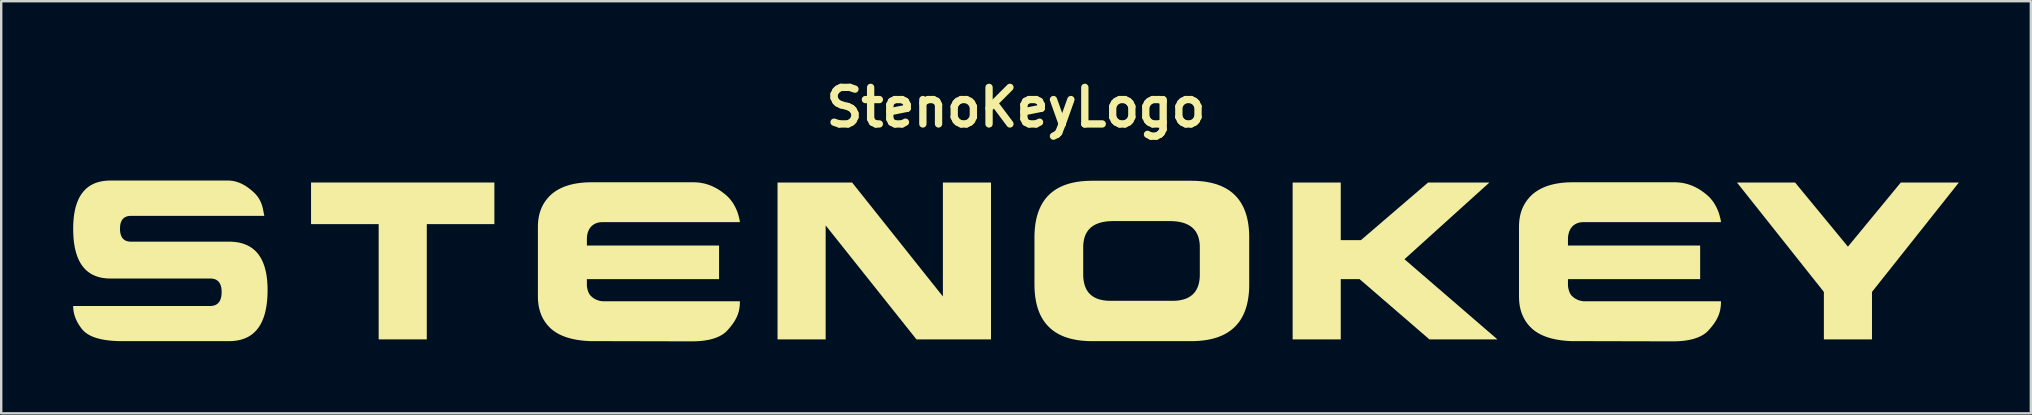
<source format=kicad_pcb>
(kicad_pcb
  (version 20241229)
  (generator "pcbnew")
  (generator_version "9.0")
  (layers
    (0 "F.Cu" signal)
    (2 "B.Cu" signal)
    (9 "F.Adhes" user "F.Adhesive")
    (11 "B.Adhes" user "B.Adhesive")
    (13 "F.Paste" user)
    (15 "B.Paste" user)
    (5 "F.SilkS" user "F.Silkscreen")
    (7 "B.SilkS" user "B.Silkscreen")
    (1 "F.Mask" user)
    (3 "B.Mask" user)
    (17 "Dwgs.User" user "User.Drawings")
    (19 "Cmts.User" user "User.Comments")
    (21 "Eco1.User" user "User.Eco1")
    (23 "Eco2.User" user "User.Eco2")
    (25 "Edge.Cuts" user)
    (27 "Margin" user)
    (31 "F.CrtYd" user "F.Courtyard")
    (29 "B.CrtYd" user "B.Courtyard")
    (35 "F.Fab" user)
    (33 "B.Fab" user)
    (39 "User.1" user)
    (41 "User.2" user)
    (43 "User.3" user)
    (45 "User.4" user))
  (footprint "StenoKeyLogo"
    (layer "F.Cu")
    (at 39.293 7.825)
    (property "Reference" "StenoKeyLogo" (at 0 -6.399 0) (layer "F.SilkS") (effects (font (size 1.524 1.524) (thickness 0.305))))
    (attr smd)
    (fp_poly (pts (xy -29.38 -3.269) (xy -21.74 -3.269) (xy -21.74 -1.535) (xy -24.557 -1.535) (xy -24.557 3.269) (xy -26.562 3.269) (xy -26.562 -1.535) (xy -29.38 -1.535) (xy -29.38 -3.269)) (stroke (width 0) (type solid)) (fill yes) (layer "F.SilkS"))
    (fp_poly (pts (xy 33.667 1.291) (xy 30.045 -3.269) (xy 32.466 -3.269) (xy 34.669 -0.596) (xy 36.873 -3.269) (xy 39.293 -3.269) (xy 35.672 1.291) (xy 35.672 3.269) (xy 33.667 3.269) (xy 33.667 1.291)) (stroke (width 0) (type solid)) (fill yes) (layer "F.SilkS"))
    (fp_poly (pts (xy -9.939 -3.269) (xy -6.832 -3.269) (xy -3.048 1.481) (xy -3.048 -3.269) (xy -1.043 -3.269) (xy -1.043 3.269) (xy -4.15 3.269) (xy -7.934 -1.481) (xy -7.934 3.269) (xy -9.939 3.269) (xy -9.939 -3.269)) (stroke (width 0) (type solid)) (fill yes) (layer "F.SilkS"))
    (fp_poly (pts (xy 11.528 -3.269) (xy 13.533 -3.269) (xy 13.533 -0.867) (xy 14.373 -0.867) (xy 17.172 -3.269) (xy 19.728 -3.269) (xy 16.188 -0.072) (xy 20.062 3.269) (xy 17.227 3.269) (xy 14.319 0.759) (xy 13.533 0.759) (xy 13.533 3.269) (xy 11.528 3.269) (xy 11.528 -3.269)) (stroke (width 0) (type solid)) (fill yes) (layer "F.SilkS"))
    (fp_poly (pts (xy -17.885 0.759) (xy -17.885 1.039) (xy -17.881 1.065) (xy -17.878 1.091) (xy -17.873 1.116) (xy -17.869 1.14) (xy -17.864 1.164) (xy -17.858 1.186) (xy -17.853 1.209) (xy -17.846 1.23) (xy -17.84 1.251) (xy -17.833 1.271) (xy -17.825 1.291) (xy -17.817 1.31) (xy -17.809 1.328) (xy -17.8 1.345) (xy -17.791 1.362) (xy -17.782 1.378) (xy -17.772 1.394) (xy -17.762 1.409) (xy -17.751 1.423) (xy -17.74 1.436) (xy -17.728 1.449) (xy -17.716 1.461) (xy -17.704 1.472) (xy -17.689 1.486) (xy -17.673 1.5) (xy -17.657 1.513) (xy -17.641 1.526) (xy -17.625 1.538) (xy -17.608 1.55) (xy -17.591 1.561) (xy -17.573 1.572) (xy -17.556 1.582) (xy -17.538 1.592) (xy -17.52 1.601) (xy -17.501 1.61) (xy -17.482 1.618) (xy -17.463 1.626) (xy -17.444 1.634) (xy -17.424 1.64) (xy -17.404 1.647) (xy -17.384 1.653) (xy -17.364 1.658) (xy -17.343 1.663) (xy -17.322 1.667) (xy -17.3 1.671) (xy -17.279 1.674) (xy -17.257 1.677) (xy -17.234 1.68) (xy -11.509 1.68) (xy -11.509 1.705) (xy -11.509 1.73) (xy -11.51 1.755) (xy -11.511 1.779) (xy -11.512 1.803) (xy -11.513 1.826) (xy -11.515 1.85) (xy -11.517 1.873) (xy -11.519 1.895) (xy -11.522 1.918) (xy -11.524 1.939) (xy -11.527 1.961) (xy -11.531 1.982) (xy -11.534 2.003) (xy -11.538 2.024) (xy -11.542 2.044) (xy -11.546 2.064) (xy -11.551 2.084) (xy -11.556 2.103) (xy -11.561 2.122) (xy -11.566 2.14) (xy -11.572 2.158) (xy -11.577 2.176) (xy -11.583 2.194) (xy -11.589 2.212) (xy -11.595 2.229) (xy -11.602 2.247) (xy -11.609 2.265) (xy -11.616 2.283) (xy -11.623 2.301) (xy -11.631 2.319) (xy -11.639 2.337) (xy -11.648 2.355) (xy -11.657 2.373) (xy -11.666 2.391) (xy -11.675 2.409) (xy -11.685 2.428) (xy -11.695 2.446) (xy -11.705 2.464) (xy -11.716 2.482) (xy -11.727 2.501) (xy -11.739 2.519) (xy -11.75 2.538) (xy -11.762 2.556) (xy -11.775 2.575) (xy -11.787 2.593) (xy -11.8 2.612) (xy -11.813 2.631) (xy -11.827 2.649) (xy -11.841 2.668) (xy -11.855 2.687) (xy -11.87 2.706) (xy -11.884 2.725) (xy -11.9 2.744) (xy -11.915 2.763) (xy -11.931 2.782) (xy -11.947 2.801) (xy -11.963 2.82) (xy -11.98 2.839) (xy -11.997 2.858) (xy -12.015 2.877) (xy -12.032 2.896) (xy -12.05 2.916) (xy -12.069 2.935) (xy -12.081 2.947) (xy -12.093 2.958) (xy -12.106 2.969) (xy -12.119 2.98) (xy -12.132 2.991) (xy -12.145 3.002) (xy -12.159 3.012) (xy -12.173 3.023) (xy -12.187 3.033) (xy -12.201 3.043) (xy -12.216 3.053) (xy -12.231 3.063) (xy -12.246 3.072) (xy -12.261 3.082) (xy -12.276 3.091) (xy -12.292 3.1) (xy -12.308 3.109) (xy -12.324 3.118) (xy -12.34 3.126) (xy -12.357 3.135) (xy -12.374 3.143) (xy -12.391 3.151) (xy -12.408 3.159) (xy -12.425 3.167) (xy -12.443 3.175) (xy -12.461 3.182) (xy -12.479 3.189) (xy -12.498 3.197) (xy -12.516 3.204) (xy -12.535 3.21) (xy -12.554 3.217) (xy -12.574 3.224) (xy -12.593 3.23) (xy -12.613 3.236) (xy -12.633 3.242) (xy -12.653 3.248) (xy -12.674 3.254) (xy -12.694 3.259) (xy -12.715 3.265) (xy -12.737 3.27) (xy -12.758 3.275) (xy -12.78 3.28) (xy -12.801 3.284) (xy -12.823 3.289) (xy -12.846 3.293) (xy -12.868 3.298) (xy -12.891 3.302) (xy -12.914 3.306) (xy -12.937 3.309) (xy -12.961 3.313) (xy -12.984 3.316) (xy -13.008 3.32) (xy -13.032 3.323) (xy -13.057 3.326) (xy -13.081 3.328) (xy -13.106 3.331) (xy -13.131 3.333) (xy -13.156 3.336) (xy -13.182 3.338) (xy -13.208 3.34) (xy -13.234 3.342) (xy -13.26 3.343) (xy -13.286 3.345) (xy -13.313 3.346) (xy -13.34 3.347) (xy -13.367 3.348) (xy -13.394 3.349) (xy -13.422 3.35) (xy -13.449 3.35) (xy -13.477 3.351) (xy -17.722 3.341) (xy -17.749 3.341) (xy -17.776 3.339) (xy -17.803 3.338) (xy -17.83 3.337) (xy -17.856 3.335) (xy -17.882 3.334) (xy -17.908 3.332) (xy -17.934 3.33) (xy -17.96 3.328) (xy -17.986 3.326) (xy -18.011 3.324) (xy -18.036 3.321) (xy -18.061 3.319) (xy -18.086 3.316) (xy -18.111 3.313) (xy -18.135 3.31) (xy -18.16 3.307) (xy -18.184 3.304) (xy -18.208 3.301) (xy -18.232 3.297) (xy -18.256 3.294) (xy -18.279 3.29) (xy -18.303 3.286) (xy -18.326 3.282) (xy -18.349 3.278) (xy -18.372 3.274) (xy -18.394 3.269) (xy -18.417 3.265) (xy -18.439 3.26) (xy -18.461 3.255) (xy -18.483 3.25) (xy -18.505 3.245) (xy -18.527 3.24) (xy -18.548 3.235) (xy -18.57 3.229) (xy -18.591 3.224) (xy -18.612 3.218) (xy -18.633 3.212) (xy -18.653 3.206) (xy -18.674 3.2) (xy -18.694 3.194) (xy -18.714 3.188) (xy -18.734 3.181) (xy -18.754 3.174) (xy -18.773 3.168) (xy -18.793 3.161) (xy -18.812 3.154) (xy -18.831 3.146) (xy -18.85 3.139) (xy -18.869 3.132) (xy -18.888 3.124) (xy -18.906 3.116) (xy -18.924 3.109) (xy -18.942 3.101) (xy -18.96 3.093) (xy -18.978 3.084) (xy -18.995 3.076) (xy -19.013 3.068) (xy -19.03 3.059) (xy -19.047 3.05) (xy -19.064 3.041) (xy -19.081 3.032) (xy -19.097 3.023) (xy -19.114 3.014) (xy -19.13 3.004) (xy -19.146 2.995) (xy -19.162 2.985) (xy -19.177 2.975) (xy -19.193 2.965) (xy -19.208 2.955) (xy -19.223 2.945) (xy -19.238 2.935) (xy -19.253 2.924) (xy -19.268 2.914) (xy -19.282 2.903) (xy -19.297 2.892) (xy -19.311 2.881) (xy -19.325 2.87) (xy -19.339 2.859) (xy -19.352 2.847) (xy -19.366 2.836) (xy -19.381 2.822) (xy -19.396 2.808) (xy -19.411 2.794) (xy -19.426 2.779) (xy -19.441 2.765) (xy -19.455 2.75) (xy -19.469 2.736) (xy -19.483 2.721) (xy -19.497 2.706) (xy -19.51 2.691) (xy -19.524 2.676) (xy -19.537 2.66) (xy -19.55 2.645) (xy -19.562 2.629) (xy -19.575 2.613) (xy -19.587 2.597) (xy -19.599 2.581) (xy -19.611 2.565) (xy -19.622 2.548) (xy -19.634 2.532) (xy -19.645 2.515) (xy -19.656 2.498) (xy -19.666 2.482) (xy -19.677 2.464) (xy -19.687 2.447) (xy -19.697 2.43) (xy -19.707 2.412) (xy -19.717 2.395) (xy -19.726 2.377) (xy -19.735 2.359) (xy -19.744 2.341) (xy -19.753 2.323) (xy -19.761 2.305) (xy -19.77 2.286) (xy -19.778 2.267) (xy -19.786 2.249) (xy -19.793 2.23) (xy -19.801 2.211) (xy -19.808 2.192) (xy -19.815 2.172) (xy -19.822 2.153) (xy -19.828 2.133) (xy -19.835 2.114) (xy -19.841 2.094) (xy -19.847 2.074) (xy -19.853 2.054) (xy -19.858 2.033) (xy -19.863 2.013) (xy -19.869 1.992) (xy -19.873 1.972) (xy -19.878 1.951) (xy -19.882 1.93) (xy -19.887 1.909) (xy -19.891 1.887) (xy -19.894 1.866) (xy -19.898 1.845) (xy -19.901 1.823) (xy -19.904 1.801) (xy -19.907 1.779) (xy -19.91 1.757) (xy -19.913 1.735) (xy -19.915 1.712) (xy -19.917 1.69) (xy -19.919 1.667) (xy -19.92 1.645) (xy -19.922 1.622) (xy -19.923 1.599) (xy -19.924 1.575) (xy -19.925 1.552) (xy -19.925 1.528) (xy -19.926 1.505) (xy -19.926 1.481) (xy -19.926 -1.427) (xy -19.926 -1.45) (xy -19.925 -1.474) (xy -19.925 -1.497) (xy -19.924 -1.52) (xy -19.923 -1.543) (xy -19.922 -1.566) (xy -19.92 -1.589) (xy -19.919 -1.611) (xy -19.917 -1.634) (xy -19.915 -1.656) (xy -19.912 -1.678) (xy -19.91 -1.7) (xy -19.907 -1.722) (xy -19.904 -1.744) (xy -19.901 -1.766) (xy -19.898 -1.787) (xy -19.894 -1.809) (xy -19.89 -1.83) (xy -19.886 -1.851) (xy -19.882 -1.872) (xy -19.877 -1.893) (xy -19.873 -1.914) (xy -19.868 -1.934) (xy -19.862 -1.955) (xy -19.857 -1.975) (xy -19.851 -1.995) (xy -19.846 -2.015) (xy -19.84 -2.035) (xy -19.833 -2.055) (xy -19.827 -2.075) (xy -19.82 -2.094) (xy -19.813 -2.114) (xy -19.806 -2.133) (xy -19.799 -2.152) (xy -19.791 -2.171) (xy -19.783 -2.19) (xy -19.775 -2.209) (xy -19.767 -2.227) (xy -19.759 -2.246) (xy -19.75 -2.264) (xy -19.741 -2.282) (xy -19.732 -2.301) (xy -19.723 -2.319) (xy -19.713 -2.336) (xy -19.703 -2.354) (xy -19.693 -2.372) (xy -19.683 -2.389) (xy -19.673 -2.406) (xy -19.662 -2.423) (xy -19.651 -2.44) (xy -19.64 -2.457) (xy -19.629 -2.474) (xy -19.617 -2.491) (xy -19.606 -2.507) (xy -19.594 -2.524) (xy -19.581 -2.54) (xy -19.569 -2.556) (xy -19.556 -2.572) (xy -19.544 -2.588) (xy -19.531 -2.603) (xy -19.517 -2.619) (xy -19.504 -2.634) (xy -19.49 -2.65) (xy -19.476 -2.665) (xy -19.462 -2.68) (xy -19.448 -2.695) (xy -19.433 -2.71) (xy -19.418 -2.724) (xy -19.403 -2.739) (xy -19.388 -2.753) (xy -19.372 -2.767) (xy -19.357 -2.782) (xy -19.342 -2.794) (xy -19.328 -2.806) (xy -19.313 -2.817) (xy -19.299 -2.829) (xy -19.284 -2.841) (xy -19.269 -2.852) (xy -19.253 -2.863) (xy -19.238 -2.874) (xy -19.223 -2.885) (xy -19.207 -2.896) (xy -19.191 -2.907) (xy -19.175 -2.917) (xy -19.159 -2.927) (xy -19.143 -2.938) (xy -19.126 -2.948) (xy -19.11 -2.958) (xy -19.093 -2.967) (xy -19.076 -2.977) (xy -19.059 -2.986) (xy -19.042 -2.996) (xy -19.024 -3.005) (xy -19.007 -3.014) (xy -18.989 -3.022) (xy -18.971 -3.031) (xy -18.953 -3.04) (xy -18.935 -3.048) (xy -18.917 -3.056) (xy -18.899 -3.064) (xy -18.88 -3.072) (xy -18.861 -3.08) (xy -18.843 -3.088) (xy -18.824 -3.095) (xy -18.804 -3.102) (xy -18.785 -3.11) (xy -18.766 -3.117) (xy -18.746 -3.124) (xy -18.726 -3.13) (xy -18.706 -3.137) (xy -18.686 -3.143) (xy -18.666 -3.15) (xy -18.645 -3.156) (xy -18.625 -3.162) (xy -18.604 -3.168) (xy -18.583 -3.173) (xy -18.562 -3.179) (xy -18.541 -3.184) (xy -18.52 -3.189) (xy -18.498 -3.194) (xy -18.477 -3.199) (xy -18.455 -3.204) (xy -18.433 -3.209) (xy -18.411 -3.213) (xy -18.389 -3.218) (xy -18.366 -3.222) (xy -18.344 -3.226) (xy -18.321 -3.23) (xy -18.298 -3.234) (xy -18.275 -3.237) (xy -18.252 -3.241) (xy -18.229 -3.244) (xy -18.205 -3.247) (xy -18.182 -3.25) (xy -18.158 -3.253) (xy -18.134 -3.256) (xy -18.11 -3.258) (xy -18.086 -3.26) (xy -18.062 -3.263) (xy -18.037 -3.265) (xy -18.012 -3.267) (xy -17.988 -3.269) (xy -17.963 -3.27) (xy -17.938 -3.272) (xy -17.912 -3.273) (xy -17.887 -3.274) (xy -17.861 -3.275) (xy -17.836 -3.276) (xy -17.81 -3.277) (xy -17.784 -3.278) (xy -17.757 -3.278) (xy -17.731 -3.278) (xy -13.441 -3.278) (xy -13.42 -3.278) (xy -13.399 -3.278) (xy -13.378 -3.277) (xy -13.357 -3.277) (xy -13.336 -3.276) (xy -13.315 -3.274) (xy -13.294 -3.273) (xy -13.274 -3.271) (xy -13.253 -3.269) (xy -13.232 -3.267) (xy -13.211 -3.265) (xy -13.191 -3.262) (xy -13.17 -3.26) (xy -13.15 -3.257) (xy -13.129 -3.253) (xy -13.109 -3.25) (xy -13.089 -3.246) (xy -13.068 -3.242) (xy -13.048 -3.238) (xy -13.028 -3.234) (xy -13.008 -3.23) (xy -12.987 -3.225) (xy -12.967 -3.22) (xy -12.947 -3.215) (xy -12.927 -3.209) (xy -12.907 -3.204) (xy -12.888 -3.198) (xy -12.868 -3.192) (xy -12.848 -3.185) (xy -12.828 -3.179) (xy -12.808 -3.172) (xy -12.789 -3.165) (xy -12.769 -3.158) (xy -12.75 -3.15) (xy -12.73 -3.143) (xy -12.711 -3.135) (xy -12.691 -3.127) (xy -12.672 -3.119) (xy -12.653 -3.11) (xy -12.633 -3.101) (xy -12.614 -3.092) (xy -12.595 -3.083) (xy -12.576 -3.074) (xy -12.557 -3.064) (xy -12.538 -3.054) (xy -12.519 -3.044) (xy -12.5 -3.034) (xy -12.481 -3.024) (xy -12.462 -3.013) (xy -12.443 -3.002) (xy -12.425 -2.991) (xy -12.406 -2.979) (xy -12.387 -2.968) (xy -12.369 -2.956) (xy -12.35 -2.944) (xy -12.332 -2.932) (xy -12.313 -2.919) (xy -12.295 -2.906) (xy -12.276 -2.893) (xy -12.258 -2.88) (xy -12.24 -2.867) (xy -12.222 -2.853) (xy -12.203 -2.839) (xy -12.185 -2.825) (xy -12.167 -2.811) (xy -12.149 -2.797) (xy -12.131 -2.782) (xy -12.113 -2.767) (xy -12.095 -2.752) (xy -12.078 -2.736) (xy -12.063 -2.724) (xy -12.048 -2.71) (xy -12.033 -2.697) (xy -12.019 -2.683) (xy -12.005 -2.669) (xy -11.991 -2.655) (xy -11.977 -2.641) (xy -11.963 -2.626) (xy -11.949 -2.611) (xy -11.936 -2.596) (xy -11.923 -2.581) (xy -11.909 -2.565) (xy -11.897 -2.549) (xy -11.884 -2.533) (xy -11.871 -2.517) (xy -11.859 -2.5) (xy -11.846 -2.484) (xy -11.834 -2.466) (xy -11.822 -2.449) (xy -11.81 -2.431) (xy -11.799 -2.414) (xy -11.787 -2.396) (xy -11.776 -2.377) (xy -11.765 -2.359) (xy -11.754 -2.34) (xy -11.743 -2.321) (xy -11.732 -2.301) (xy -11.721 -2.282) (xy -11.711 -2.262) (xy -11.701 -2.242) (xy -11.691 -2.222) (xy -11.681 -2.201) (xy -11.671 -2.18) (xy -11.662 -2.159) (xy -11.652 -2.138) (xy -11.643 -2.116) (xy -11.634 -2.095) (xy -11.625 -2.073) (xy -11.616 -2.05) (xy -11.607 -2.028) (xy -11.599 -2.005) (xy -11.589 -1.971) (xy -11.58 -1.939) (xy -11.571 -1.909) (xy -11.563 -1.88) (xy -11.556 -1.852) (xy -11.549 -1.825) (xy -11.542 -1.8) (xy -11.537 -1.777) (xy -11.531 -1.754) (xy -11.527 -1.733) (xy -11.522 -1.714) (xy -11.519 -1.696) (xy -11.516 -1.679) (xy -11.513 -1.664) (xy -11.511 -1.65) (xy -11.51 -1.637) (xy -11.509 -1.626) (xy -11.509 -1.617) (xy -17.243 -1.617) (xy -17.266 -1.616) (xy -17.289 -1.615) (xy -17.311 -1.614) (xy -17.333 -1.612) (xy -17.355 -1.609) (xy -17.376 -1.606) (xy -17.397 -1.602) (xy -17.417 -1.597) (xy -17.437 -1.592) (xy -17.457 -1.586) (xy -17.477 -1.58) (xy -17.496 -1.573) (xy -17.515 -1.565) (xy -17.533 -1.557) (xy -17.551 -1.548) (xy -17.569 -1.539) (xy -17.586 -1.529) (xy -17.603 -1.518) (xy -17.62 -1.507) (xy -17.636 -1.495) (xy -17.652 -1.483) (xy -17.668 -1.47) (xy -17.683 -1.456) (xy -17.698 -1.442) (xy -17.713 -1.427) (xy -17.726 -1.412) (xy -17.738 -1.396) (xy -17.75 -1.38) (xy -17.761 -1.363) (xy -17.772 -1.347) (xy -17.782 -1.33) (xy -17.792 -1.312) (xy -17.801 -1.294) (xy -17.81 -1.276) (xy -17.819 -1.258) (xy -17.826 -1.239) (xy -17.834 -1.22) (xy -17.841 -1.2) (xy -17.847 -1.181) (xy -17.853 -1.16) (xy -17.858 -1.14) (xy -17.863 -1.119) (xy -17.868 -1.098) (xy -17.871 -1.076) (xy -17.875 -1.054) (xy -17.878 -1.032) (xy -17.88 -1.009) (xy -17.882 -0.986) (xy -17.884 -0.963) (xy -17.885 -0.939) (xy -17.885 -0.641) (xy -12.376 -0.641) (xy -12.376 0.759) (xy -17.885 0.759)) (stroke (width 0) (type solid)) (fill yes) (layer "F.SilkS"))
    (fp_poly (pts (xy 23.002 0.759) (xy 23.002 1.039) (xy 23.006 1.065) (xy 23.009 1.091) (xy 23.014 1.116) (xy 23.018 1.14) (xy 23.023 1.164) (xy 23.029 1.186) (xy 23.034 1.209) (xy 23.041 1.23) (xy 23.047 1.251) (xy 23.054 1.271) (xy 23.062 1.291) (xy 23.069 1.31) (xy 23.078 1.328) (xy 23.086 1.345) (xy 23.096 1.362) (xy 23.105 1.378) (xy 23.115 1.394) (xy 23.125 1.409) (xy 23.136 1.423) (xy 23.147 1.436) (xy 23.159 1.449) (xy 23.171 1.461) (xy 23.183 1.472) (xy 23.198 1.486) (xy 23.214 1.5) (xy 23.23 1.513) (xy 23.246 1.526) (xy 23.262 1.538) (xy 23.279 1.55) (xy 23.296 1.561) (xy 23.314 1.572) (xy 23.331 1.582) (xy 23.349 1.592) (xy 23.367 1.601) (xy 23.386 1.61) (xy 23.405 1.618) (xy 23.424 1.626) (xy 23.443 1.634) (xy 23.463 1.64) (xy 23.483 1.647) (xy 23.503 1.653) (xy 23.523 1.658) (xy 23.544 1.663) (xy 23.565 1.667) (xy 23.587 1.671) (xy 23.608 1.674) (xy 23.63 1.677) (xy 23.653 1.68) (xy 29.378 1.68) (xy 29.378 1.705) (xy 29.378 1.73) (xy 29.377 1.755) (xy 29.376 1.779) (xy 29.375 1.803) (xy 29.374 1.826) (xy 29.372 1.85) (xy 29.37 1.873) (xy 29.368 1.895) (xy 29.365 1.918) (xy 29.362 1.939) (xy 29.359 1.961) (xy 29.356 1.982) (xy 29.353 2.003) (xy 29.349 2.024) (xy 29.345 2.044) (xy 29.341 2.064) (xy 29.336 2.084) (xy 29.331 2.103) (xy 29.326 2.122) (xy 29.321 2.14) (xy 29.315 2.158) (xy 29.31 2.176) (xy 29.304 2.194) (xy 29.298 2.212) (xy 29.292 2.229) (xy 29.285 2.247) (xy 29.278 2.265) (xy 29.271 2.283) (xy 29.264 2.301) (xy 29.256 2.319) (xy 29.248 2.337) (xy 29.239 2.355) (xy 29.23 2.373) (xy 29.221 2.391) (xy 29.212 2.409) (xy 29.202 2.428) (xy 29.192 2.446) (xy 29.181 2.464) (xy 29.171 2.482) (xy 29.16 2.501) (xy 29.148 2.519) (xy 29.137 2.538) (xy 29.125 2.556) (xy 29.112 2.575) (xy 29.1 2.593) (xy 29.087 2.612) (xy 29.074 2.631) (xy 29.06 2.649) (xy 29.046 2.668) (xy 29.032 2.687) (xy 29.017 2.706) (xy 29.003 2.725) (xy 28.987 2.744) (xy 28.972 2.763) (xy 28.956 2.782) (xy 28.94 2.801) (xy 28.924 2.82) (xy 28.907 2.839) (xy 28.89 2.858) (xy 28.872 2.877) (xy 28.855 2.896) (xy 28.837 2.916) (xy 28.818 2.935) (xy 28.806 2.947) (xy 28.794 2.958) (xy 28.781 2.969) (xy 28.768 2.98) (xy 28.755 2.991) (xy 28.741 3.002) (xy 28.728 3.012) (xy 28.714 3.023) (xy 28.7 3.033) (xy 28.686 3.043) (xy 28.671 3.053) (xy 28.656 3.063) (xy 28.641 3.072) (xy 28.626 3.082) (xy 28.611 3.091) (xy 28.595 3.1) (xy 28.579 3.109) (xy 28.563 3.118) (xy 28.547 3.126) (xy 28.53 3.135) (xy 28.513 3.143) (xy 28.496 3.151) (xy 28.479 3.159) (xy 28.461 3.167) (xy 28.444 3.175) (xy 28.426 3.182) (xy 28.408 3.189) (xy 28.389 3.197) (xy 28.371 3.204) (xy 28.352 3.21) (xy 28.333 3.217) (xy 28.313 3.224) (xy 28.294 3.23) (xy 28.274 3.236) (xy 28.254 3.242) (xy 28.234 3.248) (xy 28.213 3.254) (xy 28.192 3.259) (xy 28.172 3.265) (xy 28.15 3.27) (xy 28.129 3.275) (xy 28.107 3.28) (xy 28.086 3.284) (xy 28.063 3.289) (xy 28.041 3.293) (xy 28.019 3.298) (xy 27.996 3.302) (xy 27.973 3.306) (xy 27.95 3.309) (xy 27.926 3.313) (xy 27.903 3.316) (xy 27.879 3.32) (xy 27.855 3.323) (xy 27.83 3.326) (xy 27.806 3.328) (xy 27.781 3.331) (xy 27.756 3.333) (xy 27.731 3.336) (xy 27.705 3.338) (xy 27.679 3.34) (xy 27.653 3.342) (xy 27.627 3.343) (xy 27.601 3.345) (xy 27.574 3.346) (xy 27.547 3.347) (xy 27.52 3.348) (xy 27.493 3.349) (xy 27.465 3.35) (xy 27.437 3.35) (xy 27.409 3.351) (xy 23.165 3.341) (xy 23.138 3.341) (xy 23.111 3.339) (xy 23.084 3.338) (xy 23.057 3.337) (xy 23.031 3.335) (xy 23.005 3.334) (xy 22.979 3.332) (xy 22.953 3.33) (xy 22.927 3.328) (xy 22.901 3.326) (xy 22.876 3.324) (xy 22.851 3.321) (xy 22.826 3.319) (xy 22.801 3.316) (xy 22.776 3.313) (xy 22.751 3.31) (xy 22.727 3.307) (xy 22.703 3.304) (xy 22.679 3.301) (xy 22.655 3.297) (xy 22.631 3.294) (xy 22.608 3.29) (xy 22.584 3.286) (xy 22.561 3.282) (xy 22.538 3.278) (xy 22.515 3.274) (xy 22.493 3.269) (xy 22.47 3.265) (xy 22.448 3.26) (xy 22.426 3.255) (xy 22.404 3.25) (xy 22.382 3.245) (xy 22.36 3.24) (xy 22.339 3.235) (xy 22.317 3.229) (xy 22.296 3.224) (xy 22.275 3.218) (xy 22.254 3.212) (xy 22.234 3.206) (xy 22.213 3.2) (xy 22.193 3.194) (xy 22.173 3.188) (xy 22.153 3.181) (xy 22.133 3.174) (xy 22.113 3.168) (xy 22.094 3.161) (xy 22.075 3.154) (xy 22.056 3.146) (xy 22.037 3.139) (xy 22.018 3.132) (xy 21.999 3.124) (xy 21.981 3.116) (xy 21.963 3.109) (xy 21.945 3.101) (xy 21.927 3.093) (xy 21.909 3.084) (xy 21.891 3.076) (xy 21.874 3.068) (xy 21.857 3.059) (xy 21.84 3.05) (xy 21.823 3.041) (xy 21.806 3.032) (xy 21.79 3.023) (xy 21.773 3.014) (xy 21.757 3.004) (xy 21.741 2.995) (xy 21.725 2.985) (xy 21.71 2.975) (xy 21.694 2.965) (xy 21.679 2.955) (xy 21.664 2.945) (xy 21.649 2.935) (xy 21.634 2.924) (xy 21.619 2.914) (xy 21.605 2.903) (xy 21.59 2.892) (xy 21.576 2.881) (xy 21.562 2.87) (xy 21.548 2.859) (xy 21.535 2.847) (xy 21.521 2.836) (xy 21.506 2.822) (xy 21.491 2.808) (xy 21.476 2.794) (xy 21.461 2.779) (xy 21.446 2.765) (xy 21.432 2.75) (xy 21.418 2.736) (xy 21.404 2.721) (xy 21.39 2.706) (xy 21.376 2.691) (xy 21.363 2.676) (xy 21.35 2.66) (xy 21.337 2.645) (xy 21.325 2.629) (xy 21.312 2.613) (xy 21.3 2.597) (xy 21.288 2.581) (xy 21.276 2.565) (xy 21.265 2.548) (xy 21.253 2.532) (xy 21.242 2.515) (xy 21.231 2.498) (xy 21.221 2.482) (xy 21.21 2.464) (xy 21.2 2.447) (xy 21.19 2.43) (xy 21.18 2.412) (xy 21.17 2.395) (xy 21.161 2.377) (xy 21.152 2.359) (xy 21.143 2.341) (xy 21.134 2.323) (xy 21.126 2.305) (xy 21.117 2.286) (xy 21.109 2.267) (xy 21.101 2.249) (xy 21.094 2.23) (xy 21.086 2.211) (xy 21.079 2.192) (xy 21.072 2.172) (xy 21.065 2.153) (xy 21.058 2.133) (xy 21.052 2.114) (xy 21.046 2.094) (xy 21.04 2.074) (xy 21.034 2.054) (xy 21.029 2.033) (xy 21.023 2.013) (xy 21.018 1.992) (xy 21.014 1.972) (xy 21.009 1.951) (xy 21.004 1.93) (xy 21 1.909) (xy 20.996 1.887) (xy 20.992 1.866) (xy 20.989 1.845) (xy 20.986 1.823) (xy 20.982 1.801) (xy 20.98 1.779) (xy 20.977 1.757) (xy 20.974 1.735) (xy 20.972 1.712) (xy 20.97 1.69) (xy 20.968 1.667) (xy 20.967 1.645) (xy 20.965 1.622) (xy 20.964 1.599) (xy 20.963 1.575) (xy 20.962 1.552) (xy 20.962 1.528) (xy 20.961 1.505) (xy 20.961 1.481) (xy 20.961 -1.427) (xy 20.961 -1.45) (xy 20.962 -1.474) (xy 20.962 -1.497) (xy 20.963 -1.52) (xy 20.964 -1.543) (xy 20.965 -1.566) (xy 20.967 -1.589) (xy 20.968 -1.611) (xy 20.97 -1.634) (xy 20.972 -1.656) (xy 20.975 -1.678) (xy 20.977 -1.7) (xy 20.98 -1.722) (xy 20.983 -1.744) (xy 20.986 -1.766) (xy 20.989 -1.787) (xy 20.993 -1.809) (xy 20.997 -1.83) (xy 21.001 -1.851) (xy 21.005 -1.872) (xy 21.01 -1.893) (xy 21.014 -1.914) (xy 21.019 -1.934) (xy 21.024 -1.955) (xy 21.03 -1.975) (xy 21.035 -1.995) (xy 21.041 -2.015) (xy 21.047 -2.035) (xy 21.054 -2.055) (xy 21.06 -2.075) (xy 21.067 -2.094) (xy 21.074 -2.114) (xy 21.081 -2.133) (xy 21.088 -2.152) (xy 21.096 -2.171) (xy 21.104 -2.19) (xy 21.112 -2.209) (xy 21.12 -2.227) (xy 21.128 -2.246) (xy 21.137 -2.264) (xy 21.146 -2.282) (xy 21.155 -2.301) (xy 21.164 -2.319) (xy 21.174 -2.336) (xy 21.184 -2.354) (xy 21.194 -2.372) (xy 21.204 -2.389) (xy 21.214 -2.406) (xy 21.225 -2.423) (xy 21.236 -2.44) (xy 21.247 -2.457) (xy 21.258 -2.474) (xy 21.27 -2.491) (xy 21.281 -2.507) (xy 21.293 -2.524) (xy 21.305 -2.54) (xy 21.318 -2.556) (xy 21.33 -2.572) (xy 21.343 -2.588) (xy 21.356 -2.603) (xy 21.37 -2.619) (xy 21.383 -2.634) (xy 21.397 -2.65) (xy 21.411 -2.665) (xy 21.425 -2.68) (xy 21.439 -2.695) (xy 21.454 -2.71) (xy 21.469 -2.724) (xy 21.484 -2.739) (xy 21.499 -2.753) (xy 21.515 -2.767) (xy 21.53 -2.782) (xy 21.545 -2.794) (xy 21.559 -2.806) (xy 21.574 -2.817) (xy 21.588 -2.829) (xy 21.603 -2.841) (xy 21.618 -2.852) (xy 21.634 -2.863) (xy 21.649 -2.874) (xy 21.664 -2.885) (xy 21.68 -2.896) (xy 21.696 -2.907) (xy 21.712 -2.917) (xy 21.728 -2.927) (xy 21.744 -2.938) (xy 21.761 -2.948) (xy 21.777 -2.958) (xy 21.794 -2.967) (xy 21.811 -2.977) (xy 21.828 -2.986) (xy 21.845 -2.996) (xy 21.863 -3.005) (xy 21.88 -3.014) (xy 21.898 -3.022) (xy 21.915 -3.031) (xy 21.933 -3.04) (xy 21.952 -3.048) (xy 21.97 -3.056) (xy 21.988 -3.064) (xy 22.007 -3.072) (xy 22.026 -3.08) (xy 22.044 -3.088) (xy 22.063 -3.095) (xy 22.083 -3.102) (xy 22.102 -3.11) (xy 22.121 -3.117) (xy 22.141 -3.124) (xy 22.161 -3.13) (xy 22.181 -3.137) (xy 22.201 -3.143) (xy 22.221 -3.15) (xy 22.242 -3.156) (xy 22.262 -3.162) (xy 22.283 -3.168) (xy 22.304 -3.173) (xy 22.325 -3.179) (xy 22.346 -3.184) (xy 22.367 -3.189) (xy 22.389 -3.194) (xy 22.41 -3.199) (xy 22.432 -3.204) (xy 22.454 -3.209) (xy 22.476 -3.213) (xy 22.498 -3.218) (xy 22.521 -3.222) (xy 22.543 -3.226) (xy 22.566 -3.23) (xy 22.589 -3.234) (xy 22.612 -3.237) (xy 22.635 -3.241) (xy 22.658 -3.244) (xy 22.681 -3.247) (xy 22.705 -3.25) (xy 22.729 -3.253) (xy 22.753 -3.256) (xy 22.777 -3.258) (xy 22.801 -3.26) (xy 22.825 -3.263) (xy 22.85 -3.265) (xy 22.874 -3.267) (xy 22.899 -3.269) (xy 22.924 -3.27) (xy 22.949 -3.272) (xy 22.975 -3.273) (xy 23 -3.274) (xy 23.026 -3.275) (xy 23.051 -3.276) (xy 23.077 -3.277) (xy 23.103 -3.278) (xy 23.129 -3.278) (xy 23.156 -3.278) (xy 27.446 -3.278) (xy 27.467 -3.278) (xy 27.488 -3.278) (xy 27.509 -3.277) (xy 27.53 -3.277) (xy 27.551 -3.276) (xy 27.572 -3.274) (xy 27.593 -3.273) (xy 27.613 -3.271) (xy 27.634 -3.269) (xy 27.655 -3.267) (xy 27.675 -3.265) (xy 27.696 -3.262) (xy 27.717 -3.26) (xy 27.737 -3.257) (xy 27.758 -3.253) (xy 27.778 -3.25) (xy 27.798 -3.246) (xy 27.819 -3.242) (xy 27.839 -3.238) (xy 27.859 -3.234) (xy 27.879 -3.23) (xy 27.899 -3.225) (xy 27.92 -3.22) (xy 27.94 -3.215) (xy 27.96 -3.209) (xy 27.98 -3.204) (xy 27.999 -3.198) (xy 28.019 -3.192) (xy 28.039 -3.185) (xy 28.059 -3.179) (xy 28.078 -3.172) (xy 28.098 -3.165) (xy 28.118 -3.158) (xy 28.137 -3.15) (xy 28.157 -3.143) (xy 28.176 -3.135) (xy 28.196 -3.127) (xy 28.215 -3.119) (xy 28.234 -3.11) (xy 28.254 -3.101) (xy 28.273 -3.092) (xy 28.292 -3.083) (xy 28.311 -3.074) (xy 28.33 -3.064) (xy 28.349 -3.054) (xy 28.368 -3.044) (xy 28.387 -3.034) (xy 28.406 -3.024) (xy 28.425 -3.013) (xy 28.444 -3.002) (xy 28.462 -2.991) (xy 28.481 -2.979) (xy 28.5 -2.968) (xy 28.518 -2.956) (xy 28.537 -2.944) (xy 28.555 -2.932) (xy 28.574 -2.919) (xy 28.592 -2.906) (xy 28.611 -2.893) (xy 28.629 -2.88) (xy 28.647 -2.867) (xy 28.665 -2.853) (xy 28.684 -2.839) (xy 28.702 -2.825) (xy 28.72 -2.811) (xy 28.738 -2.797) (xy 28.756 -2.782) (xy 28.774 -2.767) (xy 28.791 -2.752) (xy 28.809 -2.736) (xy 28.824 -2.724) (xy 28.839 -2.71) (xy 28.854 -2.697) (xy 28.868 -2.683) (xy 28.882 -2.669) (xy 28.896 -2.655) (xy 28.91 -2.641) (xy 28.924 -2.626) (xy 28.938 -2.611) (xy 28.951 -2.596) (xy 28.964 -2.581) (xy 28.977 -2.565) (xy 28.99 -2.549) (xy 29.003 -2.533) (xy 29.016 -2.517) (xy 29.028 -2.5) (xy 29.041 -2.484) (xy 29.053 -2.466) (xy 29.065 -2.449) (xy 29.077 -2.431) (xy 29.088 -2.414) (xy 29.1 -2.396) (xy 29.111 -2.377) (xy 29.122 -2.359) (xy 29.133 -2.34) (xy 29.144 -2.321) (xy 29.155 -2.301) (xy 29.166 -2.282) (xy 29.176 -2.262) (xy 29.186 -2.242) (xy 29.196 -2.222) (xy 29.206 -2.201) (xy 29.216 -2.18) (xy 29.225 -2.159) (xy 29.235 -2.138) (xy 29.244 -2.116) (xy 29.253 -2.095) (xy 29.262 -2.073) (xy 29.271 -2.05) (xy 29.279 -2.028) (xy 29.288 -2.005) (xy 29.298 -1.971) (xy 29.307 -1.939) (xy 29.316 -1.909) (xy 29.324 -1.88) (xy 29.331 -1.852) (xy 29.338 -1.825) (xy 29.345 -1.8) (xy 29.35 -1.777) (xy 29.356 -1.754) (xy 29.36 -1.733) (xy 29.365 -1.714) (xy 29.368 -1.696) (xy 29.371 -1.679) (xy 29.374 -1.664) (xy 29.376 -1.65) (xy 29.377 -1.637) (xy 29.378 -1.626) (xy 29.378 -1.617) (xy 23.644 -1.617) (xy 23.621 -1.616) (xy 23.598 -1.615) (xy 23.576 -1.614) (xy 23.554 -1.612) (xy 23.532 -1.609) (xy 23.511 -1.606) (xy 23.49 -1.602) (xy 23.47 -1.597) (xy 23.449 -1.592) (xy 23.43 -1.586) (xy 23.41 -1.58) (xy 23.391 -1.573) (xy 23.372 -1.565) (xy 23.354 -1.557) (xy 23.336 -1.548) (xy 23.318 -1.539) (xy 23.301 -1.529) (xy 23.284 -1.518) (xy 23.267 -1.507) (xy 23.25 -1.495) (xy 23.234 -1.483) (xy 23.219 -1.47) (xy 23.203 -1.456) (xy 23.189 -1.442) (xy 23.174 -1.427) (xy 23.161 -1.412) (xy 23.149 -1.396) (xy 23.137 -1.38) (xy 23.126 -1.363) (xy 23.115 -1.347) (xy 23.105 -1.33) (xy 23.095 -1.312) (xy 23.086 -1.294) (xy 23.077 -1.276) (xy 23.068 -1.258) (xy 23.061 -1.239) (xy 23.053 -1.22) (xy 23.046 -1.2) (xy 23.04 -1.181) (xy 23.034 -1.16) (xy 23.029 -1.14) (xy 23.024 -1.119) (xy 23.019 -1.098) (xy 23.015 -1.076) (xy 23.012 -1.054) (xy 23.009 -1.032) (xy 23.007 -1.009) (xy 23.005 -0.986) (xy 23.003 -0.963) (xy 23.002 -0.939) (xy 23.002 -0.641) (xy 28.511 -0.641) (xy 28.511 0.759) (xy 23.002 0.759)) (stroke (width 0) (type solid)) (fill yes) (layer "F.SilkS"))
    (fp_poly (pts (xy -33.595 1.878) (xy -33.574 1.878) (xy -33.555 1.877) (xy -33.535 1.876) (xy -33.517 1.874) (xy -33.498 1.872) (xy -33.48 1.869) (xy -33.463 1.866) (xy -33.446 1.862) (xy -33.429 1.858) (xy -33.412 1.853) (xy -33.397 1.848) (xy -33.381 1.842) (xy -33.366 1.835) (xy -33.352 1.829) (xy -33.337 1.821) (xy -33.324 1.813) (xy -33.31 1.805) (xy -33.297 1.796) (xy -33.285 1.786) (xy -33.273 1.777) (xy -33.261 1.766) (xy -33.25 1.755) (xy -33.239 1.744) (xy -33.229 1.732) (xy -33.219 1.719) (xy -33.209 1.706) (xy -33.2 1.693) (xy -33.192 1.679) (xy -33.183 1.664) (xy -33.175 1.649) (xy -33.168 1.634) (xy -33.161 1.618) (xy -33.154 1.601) (xy -33.148 1.584) (xy -33.143 1.566) (xy -33.137 1.548) (xy -33.132 1.53) (xy -33.128 1.511) (xy -33.124 1.491) (xy -33.12 1.471) (xy -33.117 1.45) (xy -33.114 1.429) (xy -33.112 1.407) (xy -33.11 1.385) (xy -33.109 1.363) (xy -33.108 1.339) (xy -33.107 1.316) (xy -33.107 1.291) (xy -33.107 1.268) (xy -33.108 1.245) (xy -33.109 1.222) (xy -33.11 1.2) (xy -33.112 1.179) (xy -33.115 1.158) (xy -33.117 1.137) (xy -33.121 1.117) (xy -33.124 1.098) (xy -33.129 1.079) (xy -33.133 1.06) (xy -33.138 1.042) (xy -33.143 1.025) (xy -33.149 1.008) (xy -33.156 0.991) (xy -33.162 0.975) (xy -33.169 0.96) (xy -33.177 0.945) (xy -33.185 0.93) (xy -33.194 0.916) (xy -33.202 0.903) (xy -33.212 0.89) (xy -33.221 0.878) (xy -33.232 0.866) (xy -33.242 0.854) (xy -33.253 0.843) (xy -33.265 0.833) (xy -33.277 0.823) (xy -33.289 0.814) (xy -33.302 0.805) (xy -33.315 0.796) (xy -33.329 0.789) (xy -33.343 0.781) (xy -33.357 0.774) (xy -33.372 0.768) (xy -33.388 0.762) (xy -33.403 0.757) (xy -33.42 0.752) (xy -33.436 0.748) (xy -33.454 0.744) (xy -33.471 0.741) (xy -33.489 0.738) (xy -33.507 0.736) (xy -33.526 0.734) (xy -33.546 0.733) (xy -33.565 0.732) (xy -33.585 0.732) (xy -37.74 0.732) (xy -37.759 0.731) (xy -37.778 0.731) (xy -37.797 0.731) (xy -37.816 0.73) (xy -37.835 0.73) (xy -37.853 0.729) (xy -37.872 0.728) (xy -37.89 0.726) (xy -37.909 0.725) (xy -37.927 0.724) (xy -37.945 0.722) (xy -37.963 0.72) (xy -37.981 0.718) (xy -37.998 0.716) (xy -38.016 0.714) (xy -38.033 0.711) (xy -38.051 0.708) (xy -38.068 0.706) (xy -38.085 0.703) (xy -38.102 0.7) (xy -38.119 0.696) (xy -38.135 0.693) (xy -38.152 0.689) (xy -38.168 0.686) (xy -38.185 0.682) (xy -38.201 0.678) (xy -38.217 0.673) (xy -38.233 0.669) (xy -38.249 0.664) (xy -38.265 0.66) (xy -38.28 0.655) (xy -38.296 0.65) (xy -38.311 0.645) (xy -38.327 0.639) (xy -38.342 0.634) (xy -38.357 0.628) (xy -38.372 0.622) (xy -38.387 0.616) (xy -38.401 0.61) (xy -38.416 0.604) (xy -38.43 0.597) (xy -38.445 0.591) (xy -38.459 0.584) (xy -38.473 0.577) (xy -38.487 0.57) (xy -38.501 0.563) (xy -38.514 0.555) (xy -38.528 0.548) (xy -38.541 0.54) (xy -38.555 0.532) (xy -38.568 0.524) (xy -38.581 0.516) (xy -38.594 0.507) (xy -38.607 0.499) (xy -38.62 0.49) (xy -38.632 0.481) (xy -38.645 0.472) (xy -38.657 0.463) (xy -38.67 0.454) (xy -38.682 0.444) (xy -38.694 0.435) (xy -38.706 0.425) (xy -38.718 0.415) (xy -38.729 0.405) (xy -38.741 0.394) (xy -38.752 0.384) (xy -38.764 0.373) (xy -38.775 0.363) (xy -38.786 0.352) (xy -38.797 0.341) (xy -38.808 0.329) (xy -38.818 0.318) (xy -38.829 0.306) (xy -38.84 0.295) (xy -38.85 0.283) (xy -38.86 0.271) (xy -38.87 0.258) (xy -38.88 0.246) (xy -38.89 0.234) (xy -38.9 0.221) (xy -38.91 0.208) (xy -38.919 0.195) (xy -38.929 0.182) (xy -38.938 0.169) (xy -38.947 0.155) (xy -38.956 0.141) (xy -38.965 0.128) (xy -38.974 0.114) (xy -38.983 0.1) (xy -38.991 0.085) (xy -39 0.071) (xy -39.008 0.056) (xy -39.016 0.041) (xy -39.024 0.027) (xy -39.032 0.011) (xy -39.04 -0.004) (xy -39.048 -0.019) (xy -39.055 -0.035) (xy -39.063 -0.05) (xy -39.07 -0.066) (xy -39.077 -0.082) (xy -39.085 -0.099) (xy -39.092 -0.115) (xy -39.098 -0.131) (xy -39.105 -0.148) (xy -39.112 -0.165) (xy -39.118 -0.182) (xy -39.125 -0.199) (xy -39.131 -0.216) (xy -39.137 -0.234) (xy -39.143 -0.252) (xy -39.149 -0.269) (xy -39.155 -0.287) (xy -39.161 -0.305) (xy -39.166 -0.324) (xy -39.172 -0.342) (xy -39.177 -0.361) (xy -39.182 -0.379) (xy -39.187 -0.398) (xy -39.192 -0.417) (xy -39.197 -0.437) (xy -39.202 -0.456) (xy -39.207 -0.476) (xy -39.211 -0.495) (xy -39.215 -0.515) (xy -39.22 -0.535) (xy -39.224 -0.555) (xy -39.228 -0.576) (xy -39.232 -0.596) (xy -39.236 -0.617) (xy -39.239 -0.638) (xy -39.243 -0.659) (xy -39.246 -0.68) (xy -39.249 -0.701) (xy -39.253 -0.723) (xy -39.256 -0.744) (xy -39.259 -0.766) (xy -39.261 -0.788) (xy -39.264 -0.81) (xy -39.267 -0.832) (xy -39.269 -0.855) (xy -39.272 -0.877) (xy -39.274 -0.9) (xy -39.276 -0.923) (xy -39.278 -0.946) (xy -39.28 -0.969) (xy -39.281 -0.993) (xy -39.283 -1.016) (xy -39.285 -1.04) (xy -39.286 -1.064) (xy -39.287 -1.088) (xy -39.288 -1.112) (xy -39.289 -1.136) (xy -39.29 -1.161) (xy -39.291 -1.185) (xy -39.292 -1.21) (xy -39.292 -1.235) (xy -39.293 -1.26) (xy -39.293 -1.286) (xy -39.293 -1.311) (xy -39.293 -1.337) (xy -39.293 -1.362) (xy -39.293 -1.387) (xy -39.293 -1.412) (xy -39.292 -1.437) (xy -39.292 -1.461) (xy -39.291 -1.486) (xy -39.29 -1.51) (xy -39.289 -1.534) (xy -39.288 -1.558) (xy -39.287 -1.582) (xy -39.286 -1.606) (xy -39.284 -1.629) (xy -39.283 -1.652) (xy -39.281 -1.676) (xy -39.279 -1.699) (xy -39.277 -1.722) (xy -39.275 -1.744) (xy -39.273 -1.767) (xy -39.271 -1.789) (xy -39.269 -1.811) (xy -39.266 -1.833) (xy -39.263 -1.855) (xy -39.261 -1.877) (xy -39.258 -1.899) (xy -39.255 -1.92) (xy -39.252 -1.941) (xy -39.248 -1.963) (xy -39.245 -1.983) (xy -39.241 -2.004) (xy -39.238 -2.025) (xy -39.234 -2.045) (xy -39.23 -2.066) (xy -39.226 -2.086) (xy -39.222 -2.106) (xy -39.218 -2.126) (xy -39.214 -2.145) (xy -39.209 -2.165) (xy -39.204 -2.184) (xy -39.2 -2.203) (xy -39.195 -2.222) (xy -39.19 -2.241) (xy -39.185 -2.26) (xy -39.18 -2.279) (xy -39.174 -2.297) (xy -39.169 -2.315) (xy -39.163 -2.333) (xy -39.157 -2.351) (xy -39.152 -2.369) (xy -39.146 -2.387) (xy -39.14 -2.404) (xy -39.133 -2.421) (xy -39.127 -2.438) (xy -39.121 -2.455) (xy -39.114 -2.472) (xy -39.107 -2.489) (xy -39.1 -2.505) (xy -39.094 -2.522) (xy -39.086 -2.538) (xy -39.079 -2.554) (xy -39.072 -2.57) (xy -39.065 -2.585) (xy -39.057 -2.601) (xy -39.049 -2.616) (xy -39.041 -2.632) (xy -39.034 -2.647) (xy -39.026 -2.662) (xy -39.017 -2.676) (xy -39.009 -2.691) (xy -39.001 -2.705) (xy -38.992 -2.72) (xy -38.983 -2.734) (xy -38.975 -2.748) (xy -38.966 -2.761) (xy -38.957 -2.775) (xy -38.948 -2.788) (xy -38.938 -2.802) (xy -38.929 -2.815) (xy -38.919 -2.828) (xy -38.91 -2.841) (xy -38.9 -2.853) (xy -38.89 -2.866) (xy -38.88 -2.878) (xy -38.87 -2.89) (xy -38.86 -2.902) (xy -38.849 -2.914) (xy -38.839 -2.926) (xy -38.828 -2.938) (xy -38.817 -2.949) (xy -38.806 -2.96) (xy -38.795 -2.971) (xy -38.784 -2.982) (xy -38.773 -2.993) (xy -38.762 -3.004) (xy -38.75 -3.014) (xy -38.739 -3.024) (xy -38.727 -3.034) (xy -38.715 -3.044) (xy -38.703 -3.054) (xy -38.691 -3.064) (xy -38.679 -3.073) (xy -38.666 -3.083) (xy -38.654 -3.092) (xy -38.641 -3.101) (xy -38.629 -3.11) (xy -38.616 -3.118) (xy -38.603 -3.127) (xy -38.59 -3.135) (xy -38.576 -3.143) (xy -38.563 -3.151) (xy -38.55 -3.159) (xy -38.536 -3.167) (xy -38.522 -3.175) (xy -38.509 -3.182) (xy -38.495 -3.189) (xy -38.481 -3.196) (xy -38.466 -3.203) (xy -38.452 -3.21) (xy -38.438 -3.217) (xy -38.423 -3.223) (xy -38.408 -3.229) (xy -38.394 -3.236) (xy -38.379 -3.241) (xy -38.364 -3.247) (xy -38.348 -3.253) (xy -38.333 -3.258) (xy -38.318 -3.264) (xy -38.302 -3.269) (xy -38.286 -3.274) (xy -38.271 -3.279) (xy -38.255 -3.284) (xy -38.239 -3.288) (xy -38.223 -3.292) (xy -38.206 -3.297) (xy -38.19 -3.301) (xy -38.173 -3.305) (xy -38.157 -3.308) (xy -38.14 -3.312) (xy -38.123 -3.315) (xy -38.106 -3.319) (xy -38.089 -3.322) (xy -38.072 -3.325) (xy -38.054 -3.328) (xy -38.037 -3.33) (xy -38.019 -3.333) (xy -38.001 -3.335) (xy -37.983 -3.337) (xy -37.965 -3.339) (xy -37.947 -3.341) (xy -37.929 -3.343) (xy -37.911 -3.344) (xy -37.892 -3.345) (xy -37.874 -3.347) (xy -37.855 -3.348) (xy -37.836 -3.349) (xy -37.817 -3.349) (xy -37.798 -3.35) (xy -37.779 -3.35) (xy -37.759 -3.35) (xy -37.74 -3.351) (xy -32.818 -3.351) (xy -32.799 -3.35) (xy -32.78 -3.349) (xy -32.761 -3.348) (xy -32.742 -3.347) (xy -32.723 -3.345) (xy -32.704 -3.343) (xy -32.685 -3.341) (xy -32.666 -3.338) (xy -32.647 -3.336) (xy -32.629 -3.332) (xy -32.61 -3.329) (xy -32.591 -3.325) (xy -32.572 -3.321) (xy -32.553 -3.317) (xy -32.534 -3.312) (xy -32.515 -3.307) (xy -32.497 -3.302) (xy -32.478 -3.296) (xy -32.459 -3.29) (xy -32.44 -3.284) (xy -32.422 -3.278) (xy -32.403 -3.271) (xy -32.384 -3.264) (xy -32.365 -3.257) (xy -32.347 -3.249) (xy -32.328 -3.241) (xy -32.309 -3.233) (xy -32.29 -3.224) (xy -32.272 -3.215) (xy -32.253 -3.206) (xy -32.234 -3.196) (xy -32.216 -3.187) (xy -32.197 -3.177) (xy -32.179 -3.166) (xy -32.16 -3.155) (xy -32.141 -3.145) (xy -32.123 -3.133) (xy -32.104 -3.122) (xy -32.086 -3.11) (xy -32.067 -3.098) (xy -32.048 -3.085) (xy -32.03 -3.072) (xy -32.011 -3.059) (xy -31.993 -3.046) (xy -31.974 -3.032) (xy -31.956 -3.018) (xy -31.937 -3.004) (xy -31.919 -2.989) (xy -31.9 -2.974) (xy -31.882 -2.959) (xy -31.863 -2.944) (xy -31.845 -2.928) (xy -31.826 -2.912) (xy -31.808 -2.895) (xy -31.79 -2.879) (xy -31.771 -2.862) (xy -31.753 -2.844) (xy -31.734 -2.827) (xy -31.716 -2.809) (xy -31.702 -2.794) (xy -31.687 -2.779) (xy -31.673 -2.763) (xy -31.66 -2.748) (xy -31.646 -2.732) (xy -31.633 -2.716) (xy -31.62 -2.699) (xy -31.608 -2.682) (xy -31.595 -2.665) (xy -31.583 -2.648) (xy -31.572 -2.63) (xy -31.56 -2.612) (xy -31.549 -2.594) (xy -31.538 -2.576) (xy -31.528 -2.557) (xy -31.517 -2.538) (xy -31.507 -2.518) (xy -31.498 -2.499) (xy -31.488 -2.479) (xy -31.479 -2.459) (xy -31.47 -2.438) (xy -31.461 -2.418) (xy -31.453 -2.396) (xy -31.445 -2.375) (xy -31.437 -2.354) (xy -31.43 -2.332) (xy -31.423 -2.31) (xy -31.416 -2.287) (xy -31.409 -2.264) (xy -31.403 -2.241) (xy -31.397 -2.218) (xy -31.391 -2.195) (xy -31.384 -2.161) (xy -31.377 -2.128) (xy -31.371 -2.098) (xy -31.365 -2.07) (xy -31.36 -2.043) (xy -31.355 -2.018) (xy -31.35 -1.995) (xy -31.346 -1.974) (xy -31.342 -1.955) (xy -31.339 -1.938) (xy -31.336 -1.922) (xy -31.333 -1.908) (xy -31.331 -1.897) (xy -31.329 -1.887) (xy -31.328 -1.878) (xy -36.882 -1.878) (xy -36.903 -1.878) (xy -36.923 -1.877) (xy -36.943 -1.876) (xy -36.962 -1.874) (xy -36.981 -1.872) (xy -36.999 -1.869) (xy -37.017 -1.865) (xy -37.034 -1.861) (xy -37.051 -1.856) (xy -37.067 -1.851) (xy -37.083 -1.845) (xy -37.099 -1.839) (xy -37.114 -1.832) (xy -37.128 -1.825) (xy -37.142 -1.817) (xy -37.156 -1.808) (xy -37.169 -1.799) (xy -37.182 -1.789) (xy -37.194 -1.779) (xy -37.205 -1.768) (xy -37.217 -1.757) (xy -37.227 -1.745) (xy -37.238 -1.733) (xy -37.247 -1.72) (xy -37.257 -1.706) (xy -37.265 -1.692) (xy -37.274 -1.678) (xy -37.282 -1.663) (xy -37.289 -1.647) (xy -37.296 -1.631) (xy -37.302 -1.614) (xy -37.308 -1.597) (xy -37.314 -1.579) (xy -37.319 -1.56) (xy -37.323 -1.541) (xy -37.327 -1.522) (xy -37.331 -1.502) (xy -37.334 -1.481) (xy -37.336 -1.46) (xy -37.339 -1.438) (xy -37.34 -1.416) (xy -37.341 -1.393) (xy -37.342 -1.37) (xy -37.342 -1.346) (xy -37.342 -1.322) (xy -37.342 -1.299) (xy -37.34 -1.276) (xy -37.339 -1.254) (xy -37.337 -1.232) (xy -37.334 -1.211) (xy -37.331 -1.19) (xy -37.328 -1.17) (xy -37.324 -1.151) (xy -37.32 -1.132) (xy -37.315 -1.113) (xy -37.31 -1.095) (xy -37.304 -1.078) (xy -37.298 -1.061) (xy -37.291 -1.045) (xy -37.284 -1.029) (xy -37.277 -1.014) (xy -37.269 -0.999) (xy -37.26 -0.985) (xy -37.251 -0.971) (xy -37.242 -0.958) (xy -37.232 -0.945) (xy -37.222 -0.933) (xy -37.211 -0.922) (xy -37.2 -0.911) (xy -37.189 -0.9) (xy -37.177 -0.89) (xy -37.164 -0.881) (xy -37.151 -0.872) (xy -37.138 -0.864) (xy -37.124 -0.856) (xy -37.11 -0.849) (xy -37.095 -0.842) (xy -37.08 -0.836) (xy -37.064 -0.831) (xy -37.048 -0.825) (xy -37.031 -0.821) (xy -37.014 -0.817) (xy -36.996 -0.813) (xy -36.979 -0.81) (xy -36.96 -0.808) (xy -36.941 -0.806) (xy -36.922 -0.805) (xy -36.902 -0.804) (xy -36.882 -0.804) (xy -32.8 -0.804) (xy -32.78 -0.804) (xy -32.76 -0.803) (xy -32.74 -0.803) (xy -32.721 -0.803) (xy -32.701 -0.802) (xy -32.682 -0.801) (xy -32.663 -0.8) (xy -32.644 -0.799) (xy -32.625 -0.797) (xy -32.606 -0.796) (xy -32.588 -0.794) (xy -32.569 -0.793) (xy -32.551 -0.791) (xy -32.532 -0.789) (xy -32.514 -0.786) (xy -32.496 -0.784) (xy -32.478 -0.781) (xy -32.46 -0.779) (xy -32.443 -0.776) (xy -32.425 -0.773) (xy -32.408 -0.77) (xy -32.39 -0.766) (xy -32.373 -0.763) (xy -32.356 -0.759) (xy -32.339 -0.755) (xy -32.323 -0.751) (xy -32.306 -0.747) (xy -32.289 -0.743) (xy -32.273 -0.738) (xy -32.257 -0.734) (xy -32.24 -0.729) (xy -32.224 -0.724) (xy -32.208 -0.719) (xy -32.193 -0.714) (xy -32.177 -0.709) (xy -32.161 -0.703) (xy -32.146 -0.697) (xy -32.131 -0.692) (xy -32.115 -0.686) (xy -32.1 -0.679) (xy -32.085 -0.673) (xy -32.07 -0.667) (xy -32.056 -0.66) (xy -32.041 -0.653) (xy -32.027 -0.646) (xy -32.012 -0.639) (xy -31.998 -0.632) (xy -31.984 -0.625) (xy -31.97 -0.617) (xy -31.956 -0.61) (xy -31.943 -0.602) (xy -31.929 -0.594) (xy -31.916 -0.586) (xy -31.902 -0.577) (xy -31.889 -0.569) (xy -31.876 -0.56) (xy -31.863 -0.551) (xy -31.85 -0.542) (xy -31.837 -0.533) (xy -31.825 -0.524) (xy -31.812 -0.515) (xy -31.8 -0.505) (xy -31.788 -0.495) (xy -31.776 -0.486) (xy -31.764 -0.476) (xy -31.752 -0.465) (xy -31.74 -0.455) (xy -31.729 -0.445) (xy -31.717 -0.434) (xy -31.706 -0.423) (xy -31.695 -0.412) (xy -31.683 -0.401) (xy -31.673 -0.39) (xy -31.662 -0.378) (xy -31.651 -0.367) (xy -31.64 -0.355) (xy -31.63 -0.343) (xy -31.619 -0.331) (xy -31.609 -0.319) (xy -31.599 -0.307) (xy -31.589 -0.294) (xy -31.579 -0.281) (xy -31.57 -0.269) (xy -31.56 -0.256) (xy -31.55 -0.242) (xy -31.541 -0.229) (xy -31.532 -0.216) (xy -31.523 -0.202) (xy -31.514 -0.188) (xy -31.505 -0.174) (xy -31.496 -0.16) (xy -31.488 -0.146) (xy -31.479 -0.132) (xy -31.471 -0.117) (xy -31.462 -0.103) (xy -31.454 -0.088) (xy -31.446 -0.073) (xy -31.438 -0.058) (xy -31.431 -0.042) (xy -31.423 -0.027) (xy -31.416 -0.011) (xy -31.408 0.005) (xy -31.401 0.02) (xy -31.394 0.037) (xy -31.387 0.053) (xy -31.38 0.069) (xy -31.373 0.086) (xy -31.366 0.102) (xy -31.36 0.119) (xy -31.354 0.136) (xy -31.347 0.154) (xy -31.341 0.171) (xy -31.335 0.188) (xy -31.329 0.206) (xy -31.323 0.224) (xy -31.318 0.242) (xy -31.312 0.26) (xy -31.307 0.278) (xy -31.302 0.296) (xy -31.297 0.315) (xy -31.291 0.334) (xy -31.287 0.353) (xy -31.282 0.372) (xy -31.277 0.391) (xy -31.273 0.41) (xy -31.268 0.43) (xy -31.264 0.449) (xy -31.26 0.469) (xy -31.256 0.489) (xy -31.252 0.509) (xy -31.248 0.53) (xy -31.244 0.55) (xy -31.241 0.571) (xy -31.237 0.591) (xy -31.234 0.612) (xy -31.231 0.633) (xy -31.228 0.654) (xy -31.225 0.676) (xy -31.222 0.697) (xy -31.22 0.719) (xy -31.217 0.741) (xy -31.215 0.763) (xy -31.212 0.785) (xy -31.21 0.807) (xy -31.208 0.83) (xy -31.206 0.852) (xy -31.204 0.875) (xy -31.203 0.898) (xy -31.201 0.921) (xy -31.2 0.944) (xy -31.198 0.968) (xy -31.197 0.991) (xy -31.196 1.015) (xy -31.195 1.039) (xy -31.194 1.063) (xy -31.194 1.087) (xy -31.193 1.111) (xy -31.193 1.136) (xy -31.193 1.16) (xy -31.192 1.185) (xy -31.192 1.21) (xy -31.192 1.236) (xy -31.192 1.261) (xy -31.193 1.287) (xy -31.193 1.312) (xy -31.194 1.337) (xy -31.194 1.361) (xy -31.195 1.386) (xy -31.196 1.411) (xy -31.197 1.435) (xy -31.198 1.459) (xy -31.199 1.483) (xy -31.201 1.507) (xy -31.202 1.531) (xy -31.204 1.555) (xy -31.205 1.578) (xy -31.207 1.601) (xy -31.209 1.624) (xy -31.211 1.647) (xy -31.213 1.67) (xy -31.216 1.693) (xy -31.218 1.715) (xy -31.22 1.738) (xy -31.223 1.76) (xy -31.226 1.782) (xy -31.229 1.804) (xy -31.232 1.826) (xy -31.235 1.847) (xy -31.238 1.869) (xy -31.241 1.89) (xy -31.245 1.911) (xy -31.248 1.932) (xy -31.252 1.953) (xy -31.256 1.973) (xy -31.26 1.994) (xy -31.264 2.014) (xy -31.268 2.034) (xy -31.272 2.054) (xy -31.276 2.074) (xy -31.281 2.094) (xy -31.286 2.114) (xy -31.29 2.133) (xy -31.295 2.152) (xy -31.3 2.171) (xy -31.305 2.19) (xy -31.31 2.209) (xy -31.316 2.228) (xy -31.321 2.246) (xy -31.327 2.265) (xy -31.332 2.283) (xy -31.338 2.301) (xy -31.344 2.319) (xy -31.35 2.336) (xy -31.356 2.354) (xy -31.362 2.371) (xy -31.369 2.389) (xy -31.375 2.406) (xy -31.382 2.423) (xy -31.389 2.439) (xy -31.395 2.456) (xy -31.402 2.472) (xy -31.409 2.489) (xy -31.417 2.505) (xy -31.424 2.521) (xy -31.431 2.537) (xy -31.439 2.553) (xy -31.446 2.568) (xy -31.454 2.583) (xy -31.462 2.599) (xy -31.47 2.614) (xy -31.478 2.629) (xy -31.486 2.643) (xy -31.495 2.658) (xy -31.503 2.673) (xy -31.512 2.687) (xy -31.52 2.701) (xy -31.529 2.715) (xy -31.538 2.729) (xy -31.547 2.743) (xy -31.556 2.756) (xy -31.566 2.769) (xy -31.575 2.783) (xy -31.585 2.796) (xy -31.594 2.809) (xy -31.604 2.821) (xy -31.614 2.834) (xy -31.624 2.846) (xy -31.634 2.859) (xy -31.644 2.871) (xy -31.654 2.883) (xy -31.665 2.895) (xy -31.675 2.906) (xy -31.686 2.918) (xy -31.697 2.929) (xy -31.708 2.941) (xy -31.719 2.952) (xy -31.73 2.963) (xy -31.741 2.973) (xy -31.753 2.984) (xy -31.764 2.994) (xy -31.776 3.005) (xy -31.787 3.015) (xy -31.799 3.025) (xy -31.811 3.035) (xy -31.823 3.044) (xy -31.835 3.054) (xy -31.848 3.063) (xy -31.86 3.072) (xy -31.873 3.081) (xy -31.885 3.09) (xy -31.898 3.099) (xy -31.911 3.108) (xy -31.924 3.116) (xy -31.937 3.124) (xy -31.95 3.132) (xy -31.964 3.14) (xy -31.977 3.148) (xy -31.991 3.156) (xy -32.005 3.163) (xy -32.018 3.171) (xy -32.032 3.178) (xy -32.046 3.185) (xy -32.061 3.192) (xy -32.075 3.198) (xy -32.089 3.205) (xy -32.104 3.211) (xy -32.118 3.218) (xy -32.133 3.224) (xy -32.148 3.23) (xy -32.163 3.236) (xy -32.178 3.241) (xy -32.193 3.247) (xy -32.209 3.252) (xy -32.224 3.257) (xy -32.24 3.262) (xy -32.255 3.267) (xy -32.271 3.272) (xy -32.287 3.276) (xy -32.303 3.281) (xy -32.319 3.285) (xy -32.336 3.289) (xy -32.352 3.293) (xy -32.369 3.297) (xy -32.385 3.301) (xy -32.402 3.304) (xy -32.419 3.307) (xy -32.436 3.311) (xy -32.453 3.314) (xy -32.47 3.316) (xy -32.487 3.319) (xy -32.505 3.322) (xy -32.522 3.324) (xy -32.54 3.326) (xy -32.558 3.328) (xy -32.576 3.33) (xy -32.594 3.332) (xy -32.612 3.334) (xy -32.63 3.335) (xy -32.649 3.337) (xy -32.667 3.338) (xy -32.686 3.339) (xy -32.704 3.34) (xy -32.723 3.34) (xy -32.742 3.341) (xy -32.761 3.341) (xy -32.78 3.341) (xy -32.8 3.342) (xy -37.288 3.342) (xy -37.318 3.341) (xy -37.347 3.341) (xy -37.377 3.34) (xy -37.406 3.34) (xy -37.434 3.339) (xy -37.463 3.338) (xy -37.491 3.337) (xy -37.519 3.335) (xy -37.547 3.334) (xy -37.574 3.332) (xy -37.602 3.331) (xy -37.629 3.329) (xy -37.655 3.327) (xy -37.682 3.325) (xy -37.708 3.323) (xy -37.734 3.32) (xy -37.76 3.318) (xy -37.786 3.315) (xy -37.811 3.312) (xy -37.836 3.309) (xy -37.861 3.306) (xy -37.885 3.303) (xy -37.91 3.3) (xy -37.934 3.296) (xy -37.958 3.293) (xy -37.981 3.289) (xy -38.004 3.285) (xy -38.028 3.281) (xy -38.05 3.277) (xy -38.073 3.273) (xy -38.095 3.268) (xy -38.118 3.264) (xy -38.139 3.259) (xy -38.161 3.254) (xy -38.183 3.249) (xy -38.204 3.244) (xy -38.225 3.238) (xy -38.245 3.233) (xy -38.266 3.227) (xy -38.286 3.222) (xy -38.306 3.216) (xy -38.325 3.21) (xy -38.345 3.204) (xy -38.364 3.198) (xy -38.383 3.191) (xy -38.402 3.185) (xy -38.42 3.178) (xy -38.438 3.171) (xy -38.456 3.164) (xy -38.474 3.157) (xy -38.492 3.15) (xy -38.509 3.142) (xy -38.526 3.135) (xy -38.543 3.127) (xy -38.559 3.119) (xy -38.575 3.111) (xy -38.591 3.103) (xy -38.607 3.095) (xy -38.623 3.087) (xy -38.638 3.078) (xy -38.653 3.07) (xy -38.668 3.061) (xy -38.683 3.052) (xy -38.697 3.043) (xy -38.711 3.034) (xy -38.725 3.024) (xy -38.738 3.015) (xy -38.752 3.005) (xy -38.765 2.996) (xy -38.778 2.986) (xy -38.79 2.976) (xy -38.803 2.966) (xy -38.815 2.955) (xy -38.827 2.945) (xy -38.838 2.934) (xy -38.85 2.924) (xy -38.861 2.913) (xy -38.872 2.902) (xy -38.882 2.891) (xy -38.893 2.879) (xy -38.903 2.868) (xy -38.913 2.856) (xy -38.922 2.845) (xy -38.932 2.833) (xy -38.941 2.821) (xy -38.95 2.809) (xy -38.964 2.79) (xy -38.979 2.771) (xy -38.992 2.752) (xy -39.006 2.733) (xy -39.019 2.714) (xy -39.032 2.695) (xy -39.045 2.676) (xy -39.057 2.657) (xy -39.069 2.638) (xy -39.08 2.618) (xy -39.092 2.599) (xy -39.103 2.58) (xy -39.114 2.56) (xy -39.124 2.541) (xy -39.134 2.522) (xy -39.144 2.502) (xy -39.153 2.483) (xy -39.163 2.463) (xy -39.171 2.444) (xy -39.18 2.424) (xy -39.188 2.404) (xy -39.196 2.385) (xy -39.204 2.365) (xy -39.211 2.345) (xy -39.218 2.325) (xy -39.225 2.305) (xy -39.231 2.285) (xy -39.237 2.265) (xy -39.243 2.245) (xy -39.248 2.225) (xy -39.253 2.205) (xy -39.258 2.185) (xy -39.263 2.165) (xy -39.267 2.145) (xy -39.271 2.125) (xy -39.274 2.104) (xy -39.278 2.084) (xy -39.281 2.064) (xy -39.283 2.043) (xy -39.286 2.023) (xy -39.288 2.002) (xy -39.289 1.982) (xy -39.291 1.961) (xy -39.292 1.941) (xy -39.293 1.92) (xy -39.293 1.899) (xy -39.293 1.878) (xy -33.595 1.878)) (stroke (width 0) (type solid)) (fill yes) (layer "F.SilkS"))
    (fp_poly (pts (xy 3.171 -3.342) (xy 4.056 -1.662) (xy 6.404 -1.662) (xy 6.43 -1.661) (xy 6.457 -1.661) (xy 6.483 -1.66) (xy 6.508 -1.66) (xy 6.534 -1.658) (xy 6.559 -1.657) (xy 6.584 -1.655) (xy 6.608 -1.654) (xy 6.633 -1.652) (xy 6.657 -1.649) (xy 6.68 -1.647) (xy 6.704 -1.644) (xy 6.727 -1.641) (xy 6.75 -1.637) (xy 6.772 -1.634) (xy 6.795 -1.63) (xy 6.817 -1.626) (xy 6.839 -1.621) (xy 6.86 -1.617) (xy 6.881 -1.612) (xy 6.902 -1.607) (xy 6.923 -1.602) (xy 6.943 -1.596) (xy 6.963 -1.59) (xy 6.983 -1.584) (xy 7.002 -1.578) (xy 7.021 -1.571) (xy 7.04 -1.565) (xy 7.059 -1.558) (xy 7.077 -1.55) (xy 7.095 -1.543) (xy 7.113 -1.535) (xy 7.13 -1.527) (xy 7.148 -1.519) (xy 7.165 -1.51) (xy 7.181 -1.501) (xy 7.198 -1.492) (xy 7.214 -1.483) (xy 7.229 -1.473) (xy 7.245 -1.464) (xy 7.26 -1.454) (xy 7.275 -1.443) (xy 7.29 -1.433) (xy 7.304 -1.422) (xy 7.318 -1.411) (xy 7.332 -1.4) (xy 7.345 -1.388) (xy 7.359 -1.377) (xy 7.371 -1.365) (xy 7.384 -1.352) (xy 7.396 -1.34) (xy 7.409 -1.327) (xy 7.42 -1.314) (xy 7.432 -1.301) (xy 7.443 -1.287) (xy 7.454 -1.274) (xy 7.465 -1.26) (xy 7.475 -1.246) (xy 7.485 -1.231) (xy 7.495 -1.216) (xy 7.504 -1.201) (xy 7.514 -1.186) (xy 7.523 -1.171) (xy 7.531 -1.155) (xy 7.54 -1.139) (xy 7.548 -1.123) (xy 7.556 -1.106) (xy 7.563 -1.09) (xy 7.57 -1.073) (xy 7.577 -1.056) (xy 7.584 -1.038) (xy 7.59 -1.02) (xy 7.597 -1.003) (xy 7.602 -0.984) (xy 7.608 -0.966) (xy 7.613 -0.947) (xy 7.618 -0.928) (xy 7.623 -0.909) (xy 7.627 -0.89) (xy 7.631 -0.87) (xy 7.635 -0.85) (xy 7.639 -0.83) (xy 7.642 -0.81) (xy 7.645 -0.789) (xy 7.648 -0.768) (xy 7.65 -0.747) (xy 7.652 -0.726) (xy 7.654 -0.704) (xy 7.656 -0.682) (xy 7.657 -0.66) (xy 7.658 -0.637) (xy 7.659 -0.615) (xy 7.659 -0.592) (xy 7.659 -0.569) (xy 7.659 0.56) (xy 7.659 0.584) (xy 7.659 0.608) (xy 7.658 0.632) (xy 7.657 0.656) (xy 7.656 0.679) (xy 7.654 0.702) (xy 7.652 0.725) (xy 7.65 0.747) (xy 7.648 0.769) (xy 7.645 0.791) (xy 7.642 0.813) (xy 7.639 0.834) (xy 7.635 0.855) (xy 7.631 0.876) (xy 7.627 0.897) (xy 7.623 0.917) (xy 7.618 0.937) (xy 7.613 0.957) (xy 7.608 0.976) (xy 7.603 0.995) (xy 7.597 1.014) (xy 7.591 1.033) (xy 7.584 1.051) (xy 7.578 1.069) (xy 7.571 1.087) (xy 7.563 1.105) (xy 7.556 1.122) (xy 7.548 1.139) (xy 7.54 1.156) (xy 7.532 1.172) (xy 7.523 1.188) (xy 7.514 1.204) (xy 7.505 1.22) (xy 7.496 1.235) (xy 7.486 1.25) (xy 7.476 1.265) (xy 7.465 1.28) (xy 7.455 1.294) (xy 7.444 1.308) (xy 7.433 1.322) (xy 7.421 1.335) (xy 7.409 1.348) (xy 7.397 1.361) (xy 7.385 1.374) (xy 7.372 1.386) (xy 7.36 1.398) (xy 7.346 1.41) (xy 7.333 1.422) (xy 7.319 1.433) (xy 7.305 1.444) (xy 7.291 1.455) (xy 7.276 1.465) (xy 7.261 1.475) (xy 7.246 1.485) (xy 7.231 1.495) (xy 7.215 1.504) (xy 7.199 1.514) (xy 7.183 1.522) (xy 7.166 1.531) (xy 7.149 1.539) (xy 7.132 1.547) (xy 7.115 1.555) (xy 7.097 1.563) (xy 7.079 1.57) (xy 7.061 1.577) (xy 7.042 1.583) (xy 7.024 1.59) (xy 7.004 1.596) (xy 6.985 1.602) (xy 6.965 1.607) (xy 6.945 1.613) (xy 6.925 1.618) (xy 6.905 1.622) (xy 6.884 1.627) (xy 6.863 1.631) (xy 6.841 1.635) (xy 6.82 1.639) (xy 6.798 1.642) (xy 6.775 1.645) (xy 6.753 1.648) (xy 6.73 1.651) (xy 6.707 1.653) (xy 6.684 1.655) (xy 6.66 1.657) (xy 6.636 1.658) (xy 6.612 1.659) (xy 6.587 1.66) (xy 6.563 1.661) (xy 6.538 1.661) (xy 6.512 1.662) (xy 3.947 1.662) (xy 3.922 1.661) (xy 3.897 1.661) (xy 3.872 1.66) (xy 3.847 1.659) (xy 3.823 1.658) (xy 3.799 1.657) (xy 3.776 1.655) (xy 3.752 1.653) (xy 3.729 1.651) (xy 3.706 1.648) (xy 3.684 1.645) (xy 3.662 1.642) (xy 3.64 1.639) (xy 3.618 1.635) (xy 3.597 1.631) (xy 3.576 1.627) (xy 3.555 1.622) (xy 3.534 1.618) (xy 3.514 1.613) (xy 3.494 1.607) (xy 3.474 1.602) (xy 3.455 1.596) (xy 3.436 1.59) (xy 3.417 1.583) (xy 3.398 1.577) (xy 3.38 1.57) (xy 3.362 1.563) (xy 3.344 1.555) (xy 3.327 1.547) (xy 3.31 1.539) (xy 3.293 1.531) (xy 3.276 1.522) (xy 3.26 1.514) (xy 3.244 1.504) (xy 3.228 1.495) (xy 3.213 1.485) (xy 3.198 1.475) (xy 3.183 1.465) (xy 3.168 1.455) (xy 3.154 1.444) (xy 3.14 1.433) (xy 3.126 1.422) (xy 3.113 1.41) (xy 3.1 1.398) (xy 3.087 1.386) (xy 3.074 1.374) (xy 3.062 1.361) (xy 3.05 1.348) (xy 3.038 1.335) (xy 3.027 1.322) (xy 3.016 1.308) (xy 3.005 1.294) (xy 2.994 1.28) (xy 2.984 1.265) (xy 2.974 1.25) (xy 2.964 1.235) (xy 2.954 1.22) (xy 2.945 1.204) (xy 2.936 1.188) (xy 2.928 1.172) (xy 2.919 1.156) (xy 2.911 1.139) (xy 2.903 1.122) (xy 2.896 1.105) (xy 2.889 1.087) (xy 2.882 1.069) (xy 2.875 1.051) (xy 2.869 1.033) (xy 2.863 1.014) (xy 2.857 0.995) (xy 2.851 0.976) (xy 2.846 0.957) (xy 2.841 0.937) (xy 2.836 0.917) (xy 2.832 0.897) (xy 2.828 0.876) (xy 2.824 0.855) (xy 2.821 0.834) (xy 2.817 0.813) (xy 2.814 0.791) (xy 2.812 0.769) (xy 2.809 0.747) (xy 2.807 0.725) (xy 2.805 0.702) (xy 2.804 0.679) (xy 2.802 0.656) (xy 2.801 0.632) (xy 2.801 0.608) (xy 2.8 0.584) (xy 2.8 0.56) (xy 2.8 -0.569) (xy 2.8 -0.592) (xy 2.801 -0.615) (xy 2.801 -0.637) (xy 2.802 -0.66) (xy 2.804 -0.682) (xy 2.805 -0.704) (xy 2.807 -0.726) (xy 2.809 -0.747) (xy 2.812 -0.768) (xy 2.814 -0.789) (xy 2.817 -0.81) (xy 2.821 -0.83) (xy 2.824 -0.85) (xy 2.828 -0.87) (xy 2.832 -0.89) (xy 2.837 -0.909) (xy 2.841 -0.928) (xy 2.846 -0.947) (xy 2.851 -0.966) (xy 2.857 -0.984) (xy 2.863 -1.003) (xy 2.869 -1.02) (xy 2.875 -1.038) (xy 2.882 -1.056) (xy 2.889 -1.073) (xy 2.896 -1.09) (xy 2.904 -1.106) (xy 2.912 -1.123) (xy 2.92 -1.139) (xy 2.928 -1.155) (xy 2.937 -1.171) (xy 2.946 -1.186) (xy 2.955 -1.201) (xy 2.964 -1.216) (xy 2.974 -1.231) (xy 2.984 -1.246) (xy 2.995 -1.26) (xy 3.005 -1.274) (xy 3.016 -1.287) (xy 3.027 -1.301) (xy 3.039 -1.314) (xy 3.051 -1.327) (xy 3.063 -1.34) (xy 3.075 -1.352) (xy 3.088 -1.365) (xy 3.101 -1.377) (xy 3.114 -1.388) (xy 3.128 -1.4) (xy 3.141 -1.411) (xy 3.155 -1.422) (xy 3.17 -1.433) (xy 3.184 -1.443) (xy 3.199 -1.454) (xy 3.214 -1.464) (xy 3.23 -1.473) (xy 3.246 -1.483) (xy 3.262 -1.492) (xy 3.278 -1.501) (xy 3.295 -1.51) (xy 3.312 -1.519) (xy 3.329 -1.527) (xy 3.346 -1.535) (xy 3.364 -1.543) (xy 3.382 -1.55) (xy 3.4 -1.558) (xy 3.419 -1.565) (xy 3.438 -1.571) (xy 3.457 -1.578) (xy 3.477 -1.584) (xy 3.496 -1.59) (xy 3.516 -1.596) (xy 3.537 -1.602) (xy 3.557 -1.607) (xy 3.578 -1.612) (xy 3.599 -1.617) (xy 3.621 -1.621) (xy 3.643 -1.626) (xy 3.665 -1.63) (xy 3.687 -1.634) (xy 3.709 -1.637) (xy 3.732 -1.641) (xy 3.756 -1.644) (xy 3.779 -1.647) (xy 3.803 -1.649) (xy 3.827 -1.652) (xy 3.851 -1.654) (xy 3.876 -1.655) (xy 3.9 -1.657) (xy 3.926 -1.658) (xy 3.951 -1.66) (xy 3.977 -1.66) (xy 4.003 -1.661) (xy 4.029 -1.661) (xy 4.056 -1.662) (xy 3.171 -3.342) (xy 3.145 -3.342) (xy 3.121 -3.341) (xy 3.096 -3.341) (xy 3.071 -3.341) (xy 3.046 -3.34) (xy 3.022 -3.339) (xy 2.998 -3.338) (xy 2.974 -3.338) (xy 2.949 -3.336) (xy 2.926 -3.335) (xy 2.902 -3.334) (xy 2.878 -3.332) (xy 2.855 -3.331) (xy 2.831 -3.329) (xy 2.808 -3.327) (xy 2.785 -3.325) (xy 2.762 -3.323) (xy 2.739 -3.321) (xy 2.716 -3.318) (xy 2.694 -3.316) (xy 2.671 -3.313) (xy 2.649 -3.31) (xy 2.627 -3.307) (xy 2.605 -3.304) (xy 2.583 -3.301) (xy 2.561 -3.298) (xy 2.539 -3.294) (xy 2.518 -3.291) (xy 2.496 -3.287) (xy 2.475 -3.283) (xy 2.454 -3.279) (xy 2.433 -3.275) (xy 2.412 -3.271) (xy 2.391 -3.267) (xy 2.371 -3.262) (xy 2.35 -3.258) (xy 2.33 -3.253) (xy 2.31 -3.248) (xy 2.29 -3.243) (xy 2.27 -3.238) (xy 2.25 -3.233) (xy 2.23 -3.227) (xy 2.211 -3.222) (xy 2.191 -3.216) (xy 2.172 -3.21) (xy 2.153 -3.204) (xy 2.134 -3.198) (xy 2.115 -3.192) (xy 2.096 -3.186) (xy 2.077 -3.179) (xy 2.059 -3.173) (xy 2.041 -3.166) (xy 2.022 -3.159) (xy 2.004 -3.153) (xy 1.986 -3.145) (xy 1.968 -3.138) (xy 1.951 -3.131) (xy 1.933 -3.123) (xy 1.916 -3.116) (xy 1.898 -3.108) (xy 1.881 -3.1) (xy 1.864 -3.092) (xy 1.847 -3.084) (xy 1.83 -3.076) (xy 1.814 -3.068) (xy 1.797 -3.059) (xy 1.781 -3.05) (xy 1.764 -3.042) (xy 1.748 -3.033) (xy 1.732 -3.024) (xy 1.716 -3.015) (xy 1.701 -3.005) (xy 1.685 -2.996) (xy 1.67 -2.986) (xy 1.654 -2.977) (xy 1.639 -2.967) (xy 1.624 -2.957) (xy 1.609 -2.947) (xy 1.594 -2.937) (xy 1.58 -2.927) (xy 1.565 -2.916) (xy 1.551 -2.905) (xy 1.536 -2.895) (xy 1.522 -2.884) (xy 1.508 -2.873) (xy 1.494 -2.862) (xy 1.48 -2.851) (xy 1.467 -2.839) (xy 1.453 -2.828) (xy 1.44 -2.816) (xy 1.427 -2.805) (xy 1.414 -2.793) (xy 1.401 -2.781) (xy 1.388 -2.769) (xy 1.375 -2.756) (xy 1.363 -2.744) (xy 1.35 -2.731) (xy 1.338 -2.719) (xy 1.326 -2.706) (xy 1.314 -2.693) (xy 1.302 -2.68) (xy 1.29 -2.667) (xy 1.278 -2.653) (xy 1.267 -2.64) (xy 1.255 -2.627) (xy 1.244 -2.613) (xy 1.233 -2.599) (xy 1.222 -2.585) (xy 1.211 -2.571) (xy 1.2 -2.557) (xy 1.19 -2.542) (xy 1.179 -2.528) (xy 1.169 -2.513) (xy 1.159 -2.499) (xy 1.149 -2.484) (xy 1.139 -2.469) (xy 1.129 -2.454) (xy 1.119 -2.438) (xy 1.11 -2.423) (xy 1.1 -2.408) (xy 1.091 -2.392) (xy 1.082 -2.376) (xy 1.073 -2.36) (xy 1.064 -2.344) (xy 1.055 -2.328) (xy 1.046 -2.312) (xy 1.038 -2.295) (xy 1.03 -2.279) (xy 1.021 -2.262) (xy 1.013 -2.245) (xy 1.005 -2.229) (xy 0.997 -2.211) (xy 0.99 -2.194) (xy 0.982 -2.177) (xy 0.975 -2.159) (xy 0.967 -2.142) (xy 0.96 -2.124) (xy 0.953 -2.106) (xy 0.946 -2.088) (xy 0.939 -2.07) (xy 0.933 -2.052) (xy 0.926 -2.034) (xy 0.92 -2.015) (xy 0.914 -1.997) (xy 0.907 -1.978) (xy 0.902 -1.959) (xy 0.896 -1.94) (xy 0.89 -1.921) (xy 0.884 -1.902) (xy 0.879 -1.882) (xy 0.874 -1.863) (xy 0.868 -1.843) (xy 0.863 -1.823) (xy 0.858 -1.803) (xy 0.853 -1.783) (xy 0.849 -1.763) (xy 0.844 -1.743) (xy 0.84 -1.722) (xy 0.836 -1.702) (xy 0.831 -1.681) (xy 0.827 -1.66) (xy 0.824 -1.639) (xy 0.82 -1.618) (xy 0.816 -1.597) (xy 0.813 -1.576) (xy 0.809 -1.554) (xy 0.806 -1.533) (xy 0.803 -1.511) (xy 0.8 -1.489) (xy 0.797 -1.467) (xy 0.794 -1.445) (xy 0.792 -1.423) (xy 0.789 -1.4) (xy 0.787 -1.378) (xy 0.785 -1.355) (xy 0.783 -1.332) (xy 0.781 -1.31) (xy 0.779 -1.287) (xy 0.778 -1.263) (xy 0.776 -1.24) (xy 0.775 -1.217) (xy 0.773 -1.193) (xy 0.772 -1.169) (xy 0.771 -1.146) (xy 0.771 -1.122) (xy 0.77 -1.098) (xy 0.769 -1.073) (xy 0.769 -1.049) (xy 0.768 -1.025) (xy 0.768 -1) (xy 0.768 -0.975) (xy 0.768 0.975) (xy 0.768 1) (xy 0.768 1.025) (xy 0.769 1.049) (xy 0.769 1.074) (xy 0.77 1.098) (xy 0.771 1.122) (xy 0.771 1.146) (xy 0.772 1.17) (xy 0.773 1.193) (xy 0.775 1.217) (xy 0.776 1.24) (xy 0.778 1.263) (xy 0.779 1.287) (xy 0.781 1.31) (xy 0.783 1.333) (xy 0.785 1.355) (xy 0.787 1.378) (xy 0.789 1.4) (xy 0.792 1.423) (xy 0.794 1.445) (xy 0.797 1.467) (xy 0.8 1.489) (xy 0.803 1.511) (xy 0.806 1.533) (xy 0.809 1.554) (xy 0.813 1.576) (xy 0.816 1.597) (xy 0.82 1.618) (xy 0.824 1.639) (xy 0.827 1.66) (xy 0.831 1.681) (xy 0.836 1.702) (xy 0.84 1.722) (xy 0.844 1.743) (xy 0.849 1.763) (xy 0.853 1.783) (xy 0.858 1.803) (xy 0.863 1.823) (xy 0.868 1.843) (xy 0.874 1.863) (xy 0.879 1.882) (xy 0.884 1.902) (xy 0.89 1.921) (xy 0.896 1.94) (xy 0.902 1.959) (xy 0.907 1.978) (xy 0.914 1.997) (xy 0.92 2.015) (xy 0.926 2.034) (xy 0.933 2.052) (xy 0.939 2.07) (xy 0.946 2.088) (xy 0.953 2.106) (xy 0.96 2.124) (xy 0.967 2.142) (xy 0.975 2.16) (xy 0.982 2.177) (xy 0.99 2.194) (xy 0.997 2.212) (xy 1.005 2.229) (xy 1.013 2.246) (xy 1.021 2.262) (xy 1.03 2.279) (xy 1.038 2.296) (xy 1.046 2.312) (xy 1.055 2.328) (xy 1.064 2.344) (xy 1.073 2.36) (xy 1.082 2.376) (xy 1.091 2.392) (xy 1.1 2.408) (xy 1.11 2.423) (xy 1.119 2.439) (xy 1.129 2.454) (xy 1.139 2.469) (xy 1.149 2.484) (xy 1.159 2.499) (xy 1.169 2.513) (xy 1.179 2.528) (xy 1.19 2.543) (xy 1.2 2.557) (xy 1.211 2.571) (xy 1.222 2.585) (xy 1.233 2.599) (xy 1.244 2.613) (xy 1.255 2.627) (xy 1.267 2.64) (xy 1.278 2.654) (xy 1.29 2.667) (xy 1.302 2.68) (xy 1.314 2.693) (xy 1.326 2.706) (xy 1.338 2.719) (xy 1.35 2.731) (xy 1.363 2.744) (xy 1.375 2.756) (xy 1.388 2.769) (xy 1.401 2.781) (xy 1.414 2.793) (xy 1.427 2.805) (xy 1.44 2.816) (xy 1.453 2.828) (xy 1.467 2.839) (xy 1.48 2.851) (xy 1.494 2.862) (xy 1.508 2.873) (xy 1.522 2.884) (xy 1.536 2.895) (xy 1.551 2.906) (xy 1.565 2.916) (xy 1.58 2.927) (xy 1.594 2.937) (xy 1.609 2.947) (xy 1.624 2.957) (xy 1.639 2.967) (xy 1.654 2.977) (xy 1.67 2.987) (xy 1.685 2.996) (xy 1.701 3.005) (xy 1.716 3.015) (xy 1.732 3.024) (xy 1.748 3.033) (xy 1.764 3.042) (xy 1.781 3.051) (xy 1.797 3.059) (xy 1.814 3.068) (xy 1.83 3.076) (xy 1.847 3.084) (xy 1.864 3.092) (xy 1.881 3.1) (xy 1.898 3.108) (xy 1.916 3.116) (xy 1.933 3.124) (xy 1.951 3.131) (xy 1.968 3.138) (xy 1.986 3.145) (xy 2.004 3.153) (xy 2.022 3.16) (xy 2.041 3.166) (xy 2.059 3.173) (xy 2.077 3.18) (xy 2.096 3.186) (xy 2.115 3.192) (xy 2.134 3.198) (xy 2.153 3.204) (xy 2.172 3.21) (xy 2.191 3.216) (xy 2.211 3.222) (xy 2.23 3.227) (xy 2.25 3.233) (xy 2.27 3.238) (xy 2.29 3.243) (xy 2.31 3.248) (xy 2.33 3.253) (xy 2.35 3.258) (xy 2.371 3.262) (xy 2.391 3.267) (xy 2.412 3.271) (xy 2.433 3.275) (xy 2.454 3.279) (xy 2.475 3.283) (xy 2.496 3.287) (xy 2.518 3.291) (xy 2.539 3.294) (xy 2.561 3.298) (xy 2.583 3.301) (xy 2.605 3.304) (xy 2.627 3.307) (xy 2.649 3.31) (xy 2.671 3.313) (xy 2.694 3.316) (xy 2.716 3.318) (xy 2.739 3.321) (xy 2.762 3.323) (xy 2.785 3.325) (xy 2.808 3.327) (xy 2.831 3.329) (xy 2.855 3.331) (xy 2.878 3.332) (xy 2.902 3.334) (xy 2.926 3.335) (xy 2.949 3.336) (xy 2.974 3.338) (xy 2.998 3.339) (xy 3.022 3.339) (xy 3.046 3.34) (xy 3.071 3.341) (xy 3.096 3.341) (xy 3.121 3.341) (xy 3.145 3.342) (xy 3.171 3.342) (xy 7.298 3.342) (xy 7.323 3.342) (xy 7.348 3.341) (xy 7.373 3.341) (xy 7.397 3.341) (xy 7.422 3.34) (xy 7.447 3.339) (xy 7.471 3.339) (xy 7.495 3.338) (xy 7.519 3.337) (xy 7.543 3.335) (xy 7.567 3.334) (xy 7.591 3.332) (xy 7.614 3.331) (xy 7.638 3.329) (xy 7.661 3.327) (xy 7.684 3.325) (xy 7.707 3.323) (xy 7.73 3.321) (xy 7.753 3.319) (xy 7.776 3.316) (xy 7.798 3.313) (xy 7.821 3.311) (xy 7.843 3.308) (xy 7.865 3.305) (xy 7.887 3.302) (xy 7.909 3.298) (xy 7.93 3.295) (xy 7.952 3.291) (xy 7.974 3.288) (xy 7.995 3.284) (xy 8.016 3.28) (xy 8.037 3.276) (xy 8.058 3.272) (xy 8.079 3.268) (xy 8.1 3.263) (xy 8.12 3.259) (xy 8.141 3.254) (xy 8.161 3.249) (xy 8.181 3.244) (xy 8.201 3.239) (xy 8.221 3.234) (xy 8.241 3.228) (xy 8.26 3.223) (xy 8.28 3.217) (xy 8.299 3.212) (xy 8.318 3.206) (xy 8.338 3.2) (xy 8.357 3.194) (xy 8.375 3.188) (xy 8.394 3.181) (xy 8.413 3.175) (xy 8.431 3.168) (xy 8.449 3.161) (xy 8.468 3.155) (xy 8.486 3.148) (xy 8.504 3.14) (xy 8.521 3.133) (xy 8.539 3.126) (xy 8.557 3.118) (xy 8.574 3.111) (xy 8.591 3.103) (xy 8.608 3.095) (xy 8.625 3.087) (xy 8.642 3.079) (xy 8.659 3.071) (xy 8.676 3.062) (xy 8.692 3.054) (xy 8.708 3.045) (xy 8.725 3.036) (xy 8.741 3.027) (xy 8.757 3.018) (xy 8.773 3.009) (xy 8.788 3) (xy 8.804 2.99) (xy 8.819 2.981) (xy 8.835 2.971) (xy 8.85 2.961) (xy 8.865 2.951) (xy 8.88 2.941) (xy 8.894 2.931) (xy 8.909 2.921) (xy 8.924 2.91) (xy 8.938 2.899) (xy 8.952 2.889) (xy 8.966 2.878) (xy 8.98 2.867) (xy 8.994 2.856) (xy 9.008 2.845) (xy 9.021 2.833) (xy 9.035 2.822) (xy 9.048 2.81) (xy 9.061 2.798) (xy 9.075 2.787) (xy 9.087 2.775) (xy 9.1 2.762) (xy 9.113 2.75) (xy 9.125 2.738) (xy 9.138 2.725) (xy 9.15 2.713) (xy 9.162 2.7) (xy 9.174 2.687) (xy 9.186 2.674) (xy 9.198 2.661) (xy 9.21 2.647) (xy 9.221 2.634) (xy 9.232 2.62) (xy 9.244 2.607) (xy 9.255 2.593) (xy 9.266 2.579) (xy 9.277 2.565) (xy 9.287 2.551) (xy 9.298 2.537) (xy 9.308 2.522) (xy 9.319 2.507) (xy 9.329 2.493) (xy 9.339 2.478) (xy 9.349 2.463) (xy 9.359 2.448) (xy 9.368 2.433) (xy 9.378 2.417) (xy 9.387 2.402) (xy 9.396 2.386) (xy 9.405 2.371) (xy 9.414 2.355) (xy 9.423 2.339) (xy 9.432 2.323) (xy 9.441 2.306) (xy 9.449 2.29) (xy 9.457 2.274) (xy 9.466 2.257) (xy 9.474 2.24) (xy 9.482 2.223) (xy 9.49 2.206) (xy 9.497 2.189) (xy 9.505 2.172) (xy 9.512 2.154) (xy 9.519 2.137) (xy 9.527 2.119) (xy 9.534 2.101) (xy 9.541 2.084) (xy 9.547 2.066) (xy 9.554 2.047) (xy 9.56 2.029) (xy 9.567 2.011) (xy 9.573 1.992) (xy 9.579 1.973) (xy 9.585 1.955) (xy 9.591 1.936) (xy 9.597 1.917) (xy 9.602 1.897) (xy 9.608 1.878) (xy 9.613 1.859) (xy 9.618 1.839) (xy 9.623 1.819) (xy 9.628 1.8) (xy 9.633 1.78) (xy 9.638 1.76) (xy 9.642 1.739) (xy 9.647 1.719) (xy 9.651 1.698) (xy 9.655 1.678) (xy 9.659 1.657) (xy 9.663 1.636) (xy 9.667 1.615) (xy 9.67 1.594) (xy 9.674 1.573) (xy 9.677 1.552) (xy 9.68 1.53) (xy 9.683 1.508) (xy 9.686 1.487) (xy 9.689 1.465) (xy 9.692 1.443) (xy 9.694 1.421) (xy 9.697 1.398) (xy 9.699 1.376) (xy 9.701 1.353) (xy 9.703 1.331) (xy 9.705 1.308) (xy 9.707 1.285) (xy 9.709 1.262) (xy 9.71 1.239) (xy 9.712 1.216) (xy 9.713 1.192) (xy 9.714 1.169) (xy 9.715 1.145) (xy 9.716 1.121) (xy 9.716 1.097) (xy 9.717 1.073) (xy 9.718 1.049) (xy 9.718 1.024) (xy 9.718 1) (xy 9.718 0.975) (xy 9.718 -0.975) (xy 9.718 -1) (xy 9.718 -1.024) (xy 9.718 -1.049) (xy 9.717 -1.073) (xy 9.716 -1.097) (xy 9.716 -1.121) (xy 9.715 -1.145) (xy 9.714 -1.168) (xy 9.713 -1.192) (xy 9.712 -1.215) (xy 9.71 -1.239) (xy 9.709 -1.262) (xy 9.707 -1.285) (xy 9.705 -1.308) (xy 9.703 -1.331) (xy 9.701 -1.353) (xy 9.699 -1.376) (xy 9.697 -1.398) (xy 9.694 -1.421) (xy 9.692 -1.443) (xy 9.689 -1.465) (xy 9.686 -1.487) (xy 9.683 -1.508) (xy 9.68 -1.53) (xy 9.677 -1.551) (xy 9.674 -1.573) (xy 9.67 -1.594) (xy 9.667 -1.615) (xy 9.663 -1.636) (xy 9.659 -1.657) (xy 9.655 -1.678) (xy 9.651 -1.698) (xy 9.647 -1.719) (xy 9.642 -1.739) (xy 9.638 -1.759) (xy 9.633 -1.78) (xy 9.628 -1.799) (xy 9.623 -1.819) (xy 9.618 -1.839) (xy 9.613 -1.859) (xy 9.608 -1.878) (xy 9.602 -1.897) (xy 9.597 -1.917) (xy 9.591 -1.936) (xy 9.585 -1.955) (xy 9.579 -1.973) (xy 9.573 -1.992) (xy 9.567 -2.011) (xy 9.56 -2.029) (xy 9.554 -2.047) (xy 9.547 -2.065) (xy 9.541 -2.084) (xy 9.534 -2.101) (xy 9.527 -2.119) (xy 9.519 -2.137) (xy 9.512 -2.154) (xy 9.505 -2.172) (xy 9.497 -2.189) (xy 9.49 -2.206) (xy 9.482 -2.223) (xy 9.474 -2.24) (xy 9.466 -2.257) (xy 9.457 -2.273) (xy 9.449 -2.29) (xy 9.441 -2.306) (xy 9.432 -2.323) (xy 9.423 -2.339) (xy 9.414 -2.355) (xy 9.405 -2.371) (xy 9.396 -2.386) (xy 9.387 -2.402) (xy 9.378 -2.417) (xy 9.368 -2.433) (xy 9.359 -2.448) (xy 9.349 -2.463) (xy 9.339 -2.478) (xy 9.329 -2.493) (xy 9.319 -2.507) (xy 9.308 -2.522) (xy 9.298 -2.536) (xy 9.287 -2.551) (xy 9.277 -2.565) (xy 9.266 -2.579) (xy 9.255 -2.593) (xy 9.244 -2.607) (xy 9.232 -2.62) (xy 9.221 -2.634) (xy 9.21 -2.647) (xy 9.198 -2.661) (xy 9.186 -2.674) (xy 9.174 -2.687) (xy 9.162 -2.7) (xy 9.15 -2.713) (xy 9.138 -2.725) (xy 9.125 -2.738) (xy 9.113 -2.75) (xy 9.1 -2.762) (xy 9.087 -2.774) (xy 9.075 -2.786) (xy 9.061 -2.798) (xy 9.048 -2.81) (xy 9.035 -2.822) (xy 9.021 -2.833) (xy 9.008 -2.845) (xy 8.994 -2.856) (xy 8.98 -2.867) (xy 8.966 -2.878) (xy 8.952 -2.889) (xy 8.938 -2.899) (xy 8.924 -2.91) (xy 8.909 -2.92) (xy 8.894 -2.931) (xy 8.88 -2.941) (xy 8.865 -2.951) (xy 8.85 -2.961) (xy 8.835 -2.971) (xy 8.819 -2.981) (xy 8.804 -2.99) (xy 8.788 -3) (xy 8.773 -3.009) (xy 8.757 -3.018) (xy 8.741 -3.027) (xy 8.725 -3.036) (xy 8.708 -3.045) (xy 8.692 -3.053) (xy 8.676 -3.062) (xy 8.659 -3.07) (xy 8.642 -3.079) (xy 8.625 -3.087) (xy 8.608 -3.095) (xy 8.591 -3.103) (xy 8.574 -3.111) (xy 8.557 -3.118) (xy 8.539 -3.126) (xy 8.521 -3.133) (xy 8.504 -3.14) (xy 8.486 -3.147) (xy 8.468 -3.154) (xy 8.449 -3.161) (xy 8.431 -3.168) (xy 8.413 -3.175) (xy 8.394 -3.181) (xy 8.375 -3.188) (xy 8.357 -3.194) (xy 8.338 -3.2) (xy 8.318 -3.206) (xy 8.299 -3.212) (xy 8.28 -3.217) (xy 8.26 -3.223) (xy 8.241 -3.228) (xy 8.221 -3.234) (xy 8.201 -3.239) (xy 8.181 -3.244) (xy 8.161 -3.249) (xy 8.141 -3.254) (xy 8.12 -3.258) (xy 8.1 -3.263) (xy 8.079 -3.267) (xy 8.058 -3.272) (xy 8.037 -3.276) (xy 8.016 -3.28) (xy 7.995 -3.284) (xy 7.974 -3.288) (xy 7.952 -3.291) (xy 7.93 -3.295) (xy 7.909 -3.298) (xy 7.887 -3.302) (xy 7.865 -3.305) (xy 7.843 -3.308) (xy 7.821 -3.311) (xy 7.798 -3.313) (xy 7.776 -3.316) (xy 7.753 -3.318) (xy 7.73 -3.321) (xy 7.707 -3.323) (xy 7.684 -3.325) (xy 7.661 -3.327) (xy 7.638 -3.329) (xy 7.614 -3.331) (xy 7.591 -3.332) (xy 7.567 -3.334) (xy 7.543 -3.335) (xy 7.519 -3.336) (xy 7.495 -3.338) (xy 7.471 -3.339) (xy 7.447 -3.339) (xy 7.422 -3.34) (xy 7.397 -3.341) (xy 7.373 -3.341) (xy 7.348 -3.341) (xy 7.323 -3.342) (xy 7.298 -3.342) (xy 3.171 -3.342)) (stroke (width 0) (type solid)) (fill yes) (layer "F.SilkS")))
  (gr_rect
    (start -3 -3)
    (end 81.586 14.176)
    (stroke (width 0.1) (type default))
    (fill no)
    (layer "Edge.Cuts")))
</source>
